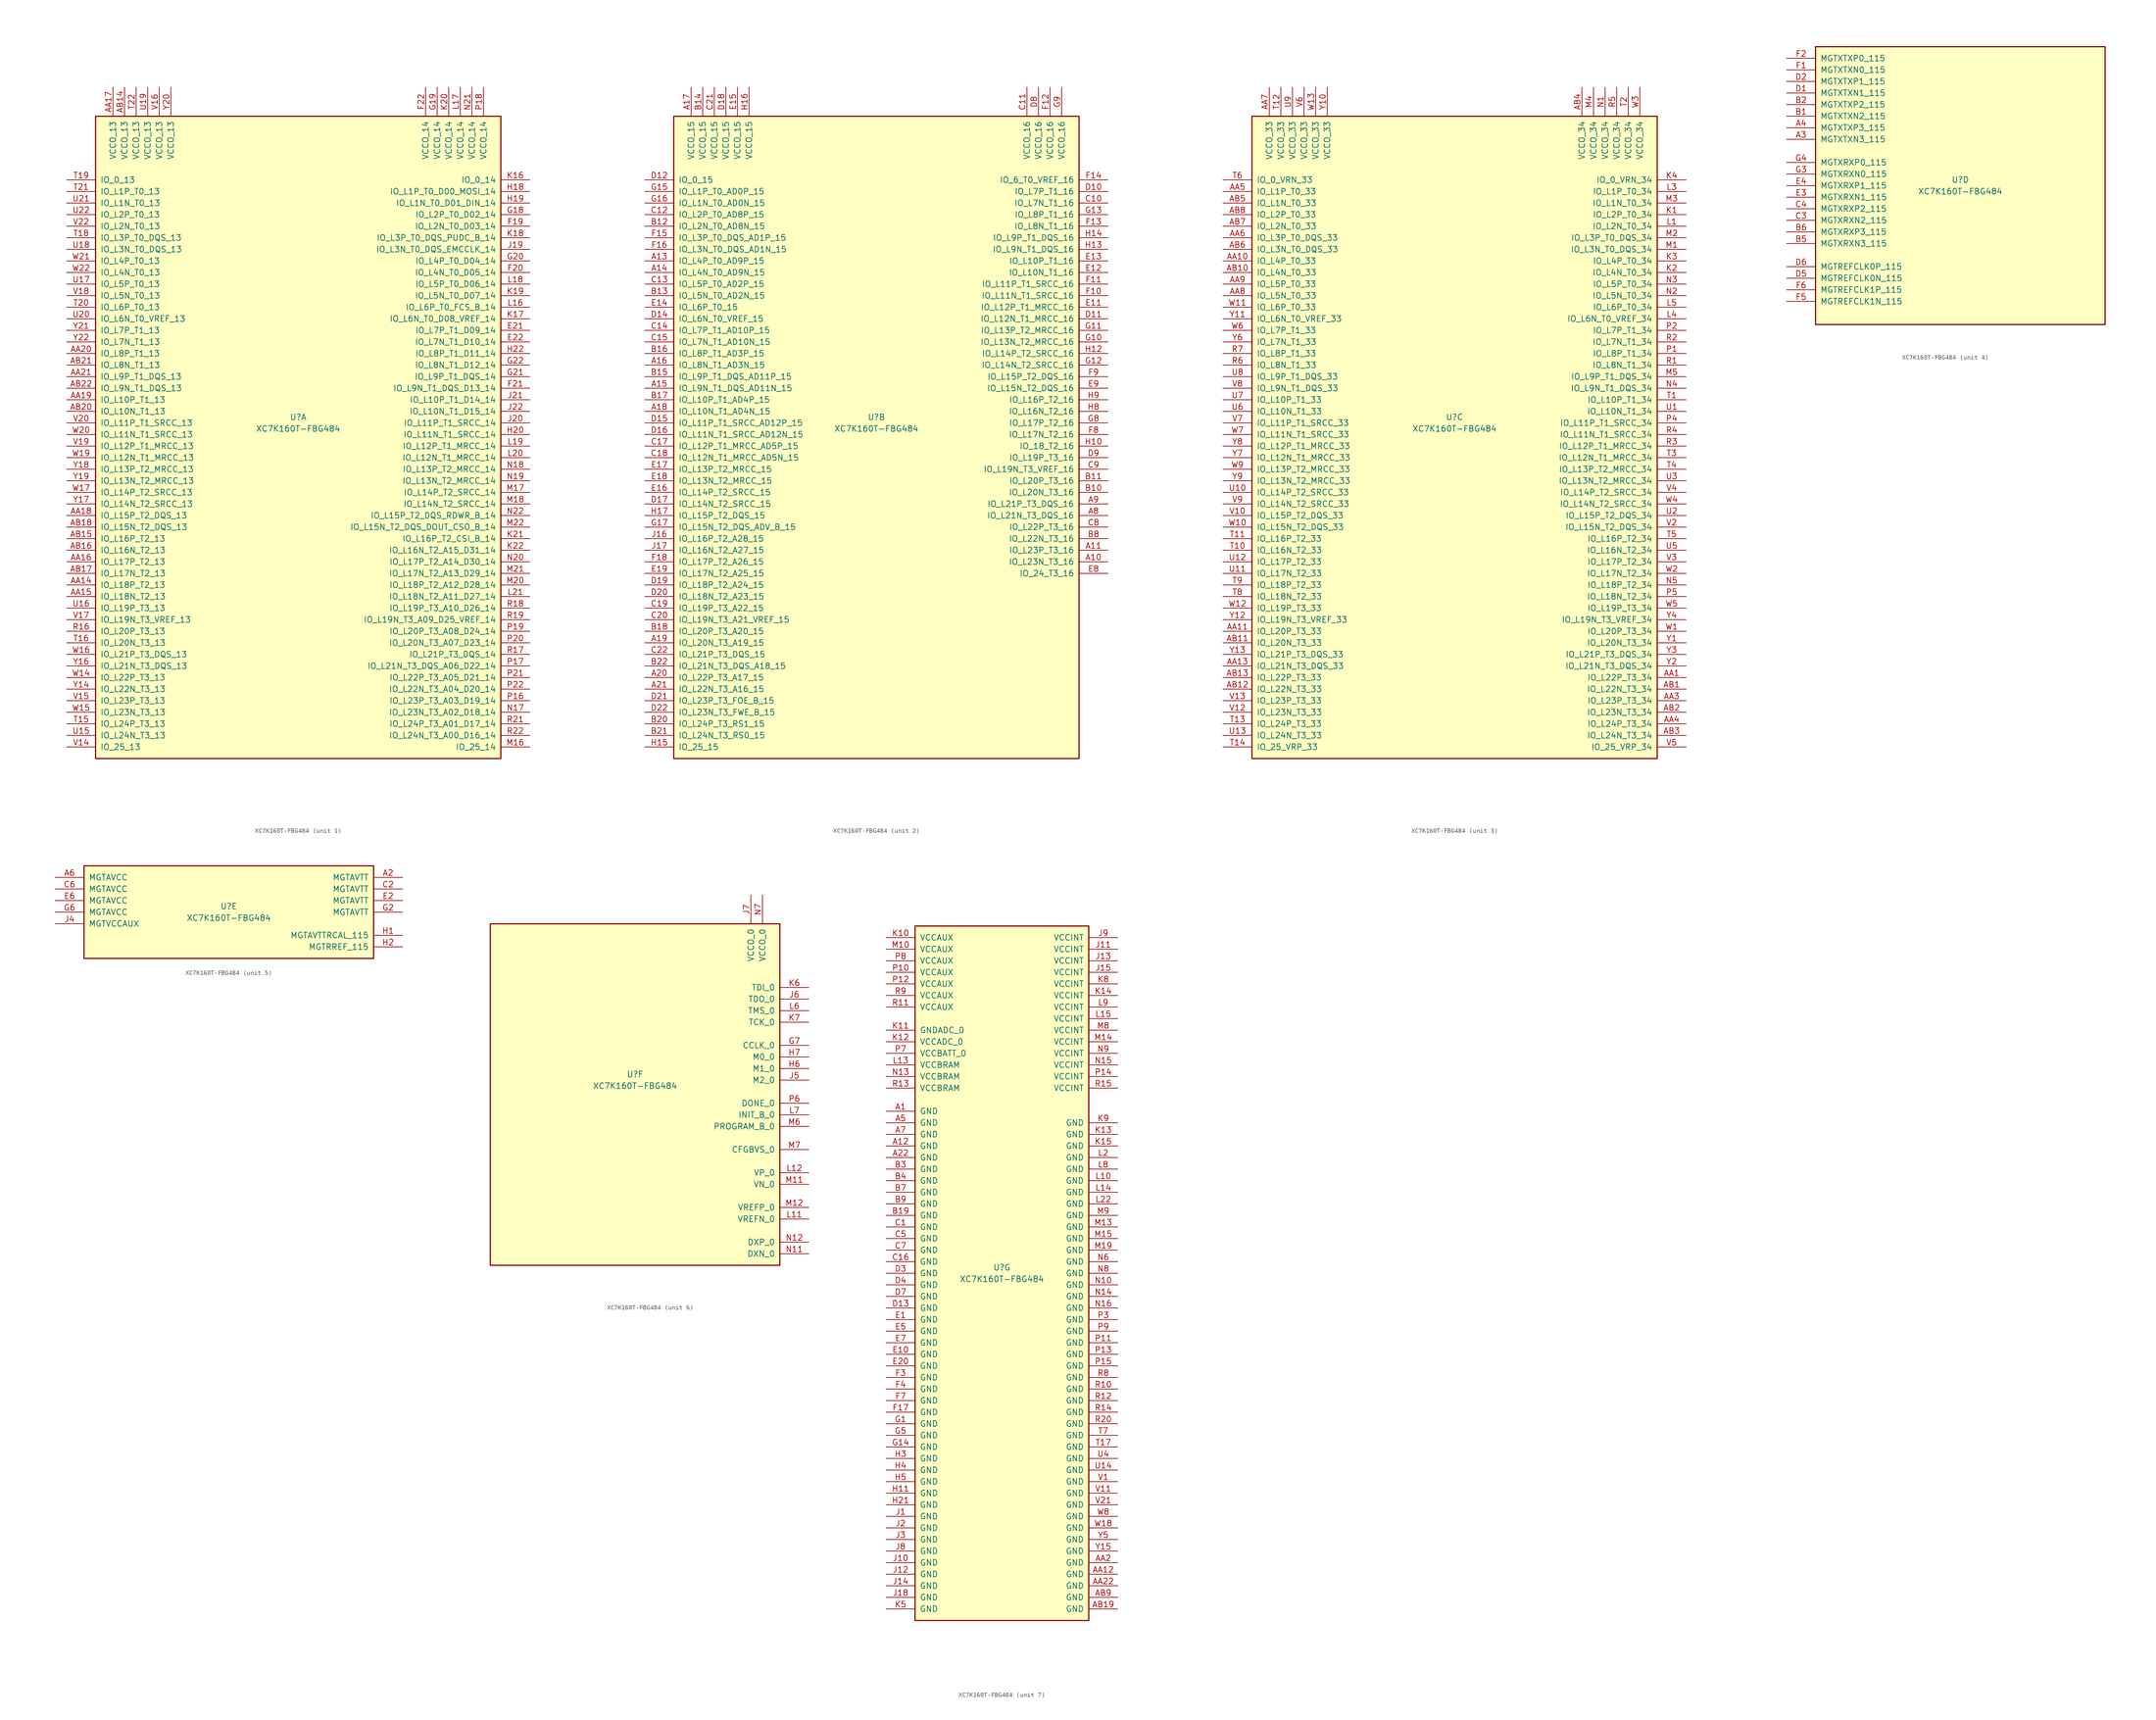
<source format=kicad_sym>
(kicad_symbol_lib
  (version 20241209)
  (generator "kicad_symbol_editor")
  (generator_version "9.0")
  (symbol "XC7K160T-FBG484"
    (pin_names
      (offset 1.016))
    (property "Reference" "U"
      (at 0 1.27 0)
      (effects (font (size 1.27 1.27))))
    (property "Value" "XC7K160T-FBG484"
      (at 0 -1.27 0)
      (effects (font (size 1.27 1.27))))
    (property "Datasheet" ""
      (at 0 0 0)
      (effects (font (size 1.27 1.27))))
    (property "ki_locked" ""
      (at 0 0 0)
      (effects (font (size 1.27 1.27))))
    (symbol "XC7K160T-FBG484_1_1"
      (rectangle (start -44.45 67.31) (end 44.45 -73.66) (stroke (width 0.254) (type default)) (fill (type background)))
      (pin bidirectional line (at -50.8 53.34 0) (length 6.35) (name "IO_0_13" (effects (font (size 1.27 1.27)))) (number "T19" (effects (font (size 1.27 1.27)))))
      (pin bidirectional line (at -50.8 50.8 0) (length 6.35) (name "IO_L1P_T0_13" (effects (font (size 1.27 1.27)))) (number "T21" (effects (font (size 1.27 1.27)))))
      (pin bidirectional line (at -50.8 48.26 0) (length 6.35) (name "IO_L1N_T0_13" (effects (font (size 1.27 1.27)))) (number "U21" (effects (font (size 1.27 1.27)))))
      (pin bidirectional line (at -50.8 45.72 0) (length 6.35) (name "IO_L2P_T0_13" (effects (font (size 1.27 1.27)))) (number "U22" (effects (font (size 1.27 1.27)))))
      (pin bidirectional line (at -50.8 43.18 0) (length 6.35) (name "IO_L2N_T0_13" (effects (font (size 1.27 1.27)))) (number "V22" (effects (font (size 1.27 1.27)))))
      (pin bidirectional line (at -50.8 40.64 0) (length 6.35) (name "IO_L3P_T0_DQS_13" (effects (font (size 1.27 1.27)))) (number "T18" (effects (font (size 1.27 1.27)))))
      (pin bidirectional line (at -50.8 38.1 0) (length 6.35) (name "IO_L3N_T0_DQS_13" (effects (font (size 1.27 1.27)))) (number "U18" (effects (font (size 1.27 1.27)))))
      (pin bidirectional line (at -50.8 35.56 0) (length 6.35) (name "IO_L4P_T0_13" (effects (font (size 1.27 1.27)))) (number "W21" (effects (font (size 1.27 1.27)))))
      (pin bidirectional line (at -50.8 33.02 0) (length 6.35) (name "IO_L4N_T0_13" (effects (font (size 1.27 1.27)))) (number "W22" (effects (font (size 1.27 1.27)))))
      (pin bidirectional line (at -50.8 30.48 0) (length 6.35) (name "IO_L5P_T0_13" (effects (font (size 1.27 1.27)))) (number "U17" (effects (font (size 1.27 1.27)))))
      (pin bidirectional line (at -50.8 27.94 0) (length 6.35) (name "IO_L5N_T0_13" (effects (font (size 1.27 1.27)))) (number "V18" (effects (font (size 1.27 1.27)))))
      (pin bidirectional line (at -50.8 25.4 0) (length 6.35) (name "IO_L6P_T0_13" (effects (font (size 1.27 1.27)))) (number "T20" (effects (font (size 1.27 1.27)))))
      (pin bidirectional line (at -50.8 22.86 0) (length 6.35) (name "IO_L6N_T0_VREF_13" (effects (font (size 1.27 1.27)))) (number "U20" (effects (font (size 1.27 1.27)))))
      (pin bidirectional line (at -50.8 20.32 0) (length 6.35) (name "IO_L7P_T1_13" (effects (font (size 1.27 1.27)))) (number "Y21" (effects (font (size 1.27 1.27)))))
      (pin bidirectional line (at -50.8 17.78 0) (length 6.35) (name "IO_L7N_T1_13" (effects (font (size 1.27 1.27)))) (number "Y22" (effects (font (size 1.27 1.27)))))
      (pin bidirectional line (at -50.8 15.24 0) (length 6.35) (name "IO_L8P_T1_13" (effects (font (size 1.27 1.27)))) (number "AA20" (effects (font (size 1.27 1.27)))))
      (pin bidirectional line (at -50.8 12.7 0) (length 6.35) (name "IO_L8N_T1_13" (effects (font (size 1.27 1.27)))) (number "AB21" (effects (font (size 1.27 1.27)))))
      (pin bidirectional line (at -50.8 10.16 0) (length 6.35) (name "IO_L9P_T1_DQS_13" (effects (font (size 1.27 1.27)))) (number "AA21" (effects (font (size 1.27 1.27)))))
      (pin bidirectional line (at -50.8 7.62 0) (length 6.35) (name "IO_L9N_T1_DQS_13" (effects (font (size 1.27 1.27)))) (number "AB22" (effects (font (size 1.27 1.27)))))
      (pin bidirectional line (at -50.8 5.08 0) (length 6.35) (name "IO_L10P_T1_13" (effects (font (size 1.27 1.27)))) (number "AA19" (effects (font (size 1.27 1.27)))))
      (pin bidirectional line (at -50.8 2.54 0) (length 6.35) (name "IO_L10N_T1_13" (effects (font (size 1.27 1.27)))) (number "AB20" (effects (font (size 1.27 1.27)))))
      (pin bidirectional line (at -50.8 0 0) (length 6.35) (name "IO_L11P_T1_SRCC_13" (effects (font (size 1.27 1.27)))) (number "V20" (effects (font (size 1.27 1.27)))))
      (pin bidirectional line (at -50.8 -2.54 0) (length 6.35) (name "IO_L11N_T1_SRCC_13" (effects (font (size 1.27 1.27)))) (number "W20" (effects (font (size 1.27 1.27)))))
      (pin bidirectional line (at -50.8 -5.08 0) (length 6.35) (name "IO_L12P_T1_MRCC_13" (effects (font (size 1.27 1.27)))) (number "V19" (effects (font (size 1.27 1.27)))))
      (pin bidirectional line (at -50.8 -7.62 0) (length 6.35) (name "IO_L12N_T1_MRCC_13" (effects (font (size 1.27 1.27)))) (number "W19" (effects (font (size 1.27 1.27)))))
      (pin bidirectional line (at -50.8 -10.16 0) (length 6.35) (name "IO_L13P_T2_MRCC_13" (effects (font (size 1.27 1.27)))) (number "Y18" (effects (font (size 1.27 1.27)))))
      (pin bidirectional line (at -50.8 -12.7 0) (length 6.35) (name "IO_L13N_T2_MRCC_13" (effects (font (size 1.27 1.27)))) (number "Y19" (effects (font (size 1.27 1.27)))))
      (pin bidirectional line (at -50.8 -15.24 0) (length 6.35) (name "IO_L14P_T2_SRCC_13" (effects (font (size 1.27 1.27)))) (number "W17" (effects (font (size 1.27 1.27)))))
      (pin bidirectional line (at -50.8 -17.78 0) (length 6.35) (name "IO_L14N_T2_SRCC_13" (effects (font (size 1.27 1.27)))) (number "Y17" (effects (font (size 1.27 1.27)))))
      (pin bidirectional line (at -50.8 -20.32 0) (length 6.35) (name "IO_L15P_T2_DQS_13" (effects (font (size 1.27 1.27)))) (number "AA18" (effects (font (size 1.27 1.27)))))
      (pin bidirectional line (at -50.8 -22.86 0) (length 6.35) (name "IO_L15N_T2_DQS_13" (effects (font (size 1.27 1.27)))) (number "AB18" (effects (font (size 1.27 1.27)))))
      (pin bidirectional line (at -50.8 -25.4 0) (length 6.35) (name "IO_L16P_T2_13" (effects (font (size 1.27 1.27)))) (number "AB15" (effects (font (size 1.27 1.27)))))
      (pin bidirectional line (at -50.8 -27.94 0) (length 6.35) (name "IO_L16N_T2_13" (effects (font (size 1.27 1.27)))) (number "AB16" (effects (font (size 1.27 1.27)))))
      (pin bidirectional line (at -50.8 -30.48 0) (length 6.35) (name "IO_L17P_T2_13" (effects (font (size 1.27 1.27)))) (number "AA16" (effects (font (size 1.27 1.27)))))
      (pin bidirectional line (at -50.8 -33.02 0) (length 6.35) (name "IO_L17N_T2_13" (effects (font (size 1.27 1.27)))) (number "AB17" (effects (font (size 1.27 1.27)))))
      (pin bidirectional line (at -50.8 -35.56 0) (length 6.35) (name "IO_L18P_T2_13" (effects (font (size 1.27 1.27)))) (number "AA14" (effects (font (size 1.27 1.27)))))
      (pin bidirectional line (at -50.8 -38.1 0) (length 6.35) (name "IO_L18N_T2_13" (effects (font (size 1.27 1.27)))) (number "AA15" (effects (font (size 1.27 1.27)))))
      (pin bidirectional line (at -50.8 -40.64 0) (length 6.35) (name "IO_L19P_T3_13" (effects (font (size 1.27 1.27)))) (number "U16" (effects (font (size 1.27 1.27)))))
      (pin bidirectional line (at -50.8 -43.18 0) (length 6.35) (name "IO_L19N_T3_VREF_13" (effects (font (size 1.27 1.27)))) (number "V17" (effects (font (size 1.27 1.27)))))
      (pin bidirectional line (at -50.8 -45.72 0) (length 6.35) (name "IO_L20P_T3_13" (effects (font (size 1.27 1.27)))) (number "R16" (effects (font (size 1.27 1.27)))))
      (pin bidirectional line (at -50.8 -48.26 0) (length 6.35) (name "IO_L20N_T3_13" (effects (font (size 1.27 1.27)))) (number "T16" (effects (font (size 1.27 1.27)))))
      (pin bidirectional line (at -50.8 -50.8 0) (length 6.35) (name "IO_L21P_T3_DQS_13" (effects (font (size 1.27 1.27)))) (number "W16" (effects (font (size 1.27 1.27)))))
      (pin bidirectional line (at -50.8 -53.34 0) (length 6.35) (name "IO_L21N_T3_DQS_13" (effects (font (size 1.27 1.27)))) (number "Y16" (effects (font (size 1.27 1.27)))))
      (pin bidirectional line (at -50.8 -55.88 0) (length 6.35) (name "IO_L22P_T3_13" (effects (font (size 1.27 1.27)))) (number "W14" (effects (font (size 1.27 1.27)))))
      (pin bidirectional line (at -50.8 -58.42 0) (length 6.35) (name "IO_L22N_T3_13" (effects (font (size 1.27 1.27)))) (number "Y14" (effects (font (size 1.27 1.27)))))
      (pin bidirectional line (at -50.8 -60.96 0) (length 6.35) (name "IO_L23P_T3_13" (effects (font (size 1.27 1.27)))) (number "V15" (effects (font (size 1.27 1.27)))))
      (pin bidirectional line (at -50.8 -63.5 0) (length 6.35) (name "IO_L23N_T3_13" (effects (font (size 1.27 1.27)))) (number "W15" (effects (font (size 1.27 1.27)))))
      (pin bidirectional line (at -50.8 -66.04 0) (length 6.35) (name "IO_L24P_T3_13" (effects (font (size 1.27 1.27)))) (number "T15" (effects (font (size 1.27 1.27)))))
      (pin bidirectional line (at -50.8 -68.58 0) (length 6.35) (name "IO_L24N_T3_13" (effects (font (size 1.27 1.27)))) (number "U15" (effects (font (size 1.27 1.27)))))
      (pin bidirectional line (at -50.8 -71.12 0) (length 6.35) (name "IO_25_13" (effects (font (size 1.27 1.27)))) (number "V14" (effects (font (size 1.27 1.27)))))
      (pin power_in line (at -40.64 73.66 270) (length 6.35) (name "VCCO_13" (effects (font (size 1.27 1.27)))) (number "AA17" (effects (font (size 1.27 1.27)))))
      (pin power_in line (at -38.1 73.66 270) (length 6.35) (name "VCCO_13" (effects (font (size 1.27 1.27)))) (number "AB14" (effects (font (size 1.27 1.27)))))
      (pin power_in line (at -35.56 73.66 270) (length 6.35) (name "VCCO_13" (effects (font (size 1.27 1.27)))) (number "T22" (effects (font (size 1.27 1.27)))))
      (pin power_in line (at -33.02 73.66 270) (length 6.35) (name "VCCO_13" (effects (font (size 1.27 1.27)))) (number "U19" (effects (font (size 1.27 1.27)))))
      (pin power_in line (at -30.48 73.66 270) (length 6.35) (name "VCCO_13" (effects (font (size 1.27 1.27)))) (number "V16" (effects (font (size 1.27 1.27)))))
      (pin power_in line (at -27.94 73.66 270) (length 6.35) (name "VCCO_13" (effects (font (size 1.27 1.27)))) (number "Y20" (effects (font (size 1.27 1.27)))))
      (pin power_in line (at 27.94 73.66 270) (length 6.35) (name "VCCO_14" (effects (font (size 1.27 1.27)))) (number "F22" (effects (font (size 1.27 1.27)))))
      (pin power_in line (at 30.48 73.66 270) (length 6.35) (name "VCCO_14" (effects (font (size 1.27 1.27)))) (number "G19" (effects (font (size 1.27 1.27)))))
      (pin power_in line (at 33.02 73.66 270) (length 6.35) (name "VCCO_14" (effects (font (size 1.27 1.27)))) (number "K20" (effects (font (size 1.27 1.27)))))
      (pin power_in line (at 35.56 73.66 270) (length 6.35) (name "VCCO_14" (effects (font (size 1.27 1.27)))) (number "L17" (effects (font (size 1.27 1.27)))))
      (pin power_in line (at 38.1 73.66 270) (length 6.35) (name "VCCO_14" (effects (font (size 1.27 1.27)))) (number "N21" (effects (font (size 1.27 1.27)))))
      (pin power_in line (at 40.64 73.66 270) (length 6.35) (name "VCCO_14" (effects (font (size 1.27 1.27)))) (number "P18" (effects (font (size 1.27 1.27)))))
      (pin bidirectional line (at 50.8 53.34 180) (length 6.35) (name "IO_0_14" (effects (font (size 1.27 1.27)))) (number "K16" (effects (font (size 1.27 1.27)))))
      (pin bidirectional line (at 50.8 50.8 180) (length 6.35) (name "IO_L1P_T0_D00_MOSI_14" (effects (font (size 1.27 1.27)))) (number "H18" (effects (font (size 1.27 1.27)))))
      (pin bidirectional line (at 50.8 48.26 180) (length 6.35) (name "IO_L1N_T0_D01_DIN_14" (effects (font (size 1.27 1.27)))) (number "H19" (effects (font (size 1.27 1.27)))))
      (pin bidirectional line (at 50.8 45.72 180) (length 6.35) (name "IO_L2P_T0_D02_14" (effects (font (size 1.27 1.27)))) (number "G18" (effects (font (size 1.27 1.27)))))
      (pin bidirectional line (at 50.8 43.18 180) (length 6.35) (name "IO_L2N_T0_D03_14" (effects (font (size 1.27 1.27)))) (number "F19" (effects (font (size 1.27 1.27)))))
      (pin bidirectional line (at 50.8 40.64 180) (length 6.35) (name "IO_L3P_T0_DQS_PUDC_B_14" (effects (font (size 1.27 1.27)))) (number "K18" (effects (font (size 1.27 1.27)))))
      (pin bidirectional line (at 50.8 38.1 180) (length 6.35) (name "IO_L3N_T0_DQS_EMCCLK_14" (effects (font (size 1.27 1.27)))) (number "J19" (effects (font (size 1.27 1.27)))))
      (pin bidirectional line (at 50.8 35.56 180) (length 6.35) (name "IO_L4P_T0_D04_14" (effects (font (size 1.27 1.27)))) (number "G20" (effects (font (size 1.27 1.27)))))
      (pin bidirectional line (at 50.8 33.02 180) (length 6.35) (name "IO_L4N_T0_D05_14" (effects (font (size 1.27 1.27)))) (number "F20" (effects (font (size 1.27 1.27)))))
      (pin bidirectional line (at 50.8 30.48 180) (length 6.35) (name "IO_L5P_T0_D06_14" (effects (font (size 1.27 1.27)))) (number "L18" (effects (font (size 1.27 1.27)))))
      (pin bidirectional line (at 50.8 27.94 180) (length 6.35) (name "IO_L5N_T0_D07_14" (effects (font (size 1.27 1.27)))) (number "K19" (effects (font (size 1.27 1.27)))))
      (pin bidirectional line (at 50.8 25.4 180) (length 6.35) (name "IO_L6P_T0_FCS_B_14" (effects (font (size 1.27 1.27)))) (number "L16" (effects (font (size 1.27 1.27)))))
      (pin bidirectional line (at 50.8 22.86 180) (length 6.35) (name "IO_L6N_T0_D08_VREF_14" (effects (font (size 1.27 1.27)))) (number "K17" (effects (font (size 1.27 1.27)))))
      (pin bidirectional line (at 50.8 20.32 180) (length 6.35) (name "IO_L7P_T1_D09_14" (effects (font (size 1.27 1.27)))) (number "E21" (effects (font (size 1.27 1.27)))))
      (pin bidirectional line (at 50.8 17.78 180) (length 6.35) (name "IO_L7N_T1_D10_14" (effects (font (size 1.27 1.27)))) (number "E22" (effects (font (size 1.27 1.27)))))
      (pin bidirectional line (at 50.8 15.24 180) (length 6.35) (name "IO_L8P_T1_D11_14" (effects (font (size 1.27 1.27)))) (number "H22" (effects (font (size 1.27 1.27)))))
      (pin bidirectional line (at 50.8 12.7 180) (length 6.35) (name "IO_L8N_T1_D12_14" (effects (font (size 1.27 1.27)))) (number "G22" (effects (font (size 1.27 1.27)))))
      (pin bidirectional line (at 50.8 10.16 180) (length 6.35) (name "IO_L9P_T1_DQS_14" (effects (font (size 1.27 1.27)))) (number "G21" (effects (font (size 1.27 1.27)))))
      (pin bidirectional line (at 50.8 7.62 180) (length 6.35) (name "IO_L9N_T1_DQS_D13_14" (effects (font (size 1.27 1.27)))) (number "F21" (effects (font (size 1.27 1.27)))))
      (pin bidirectional line (at 50.8 5.08 180) (length 6.35) (name "IO_L10P_T1_D14_14" (effects (font (size 1.27 1.27)))) (number "J21" (effects (font (size 1.27 1.27)))))
      (pin bidirectional line (at 50.8 2.54 180) (length 6.35) (name "IO_L10N_T1_D15_14" (effects (font (size 1.27 1.27)))) (number "J22" (effects (font (size 1.27 1.27)))))
      (pin bidirectional line (at 50.8 0 180) (length 6.35) (name "IO_L11P_T1_SRCC_14" (effects (font (size 1.27 1.27)))) (number "J20" (effects (font (size 1.27 1.27)))))
      (pin bidirectional line (at 50.8 -2.54 180) (length 6.35) (name "IO_L11N_T1_SRCC_14" (effects (font (size 1.27 1.27)))) (number "H20" (effects (font (size 1.27 1.27)))))
      (pin bidirectional line (at 50.8 -5.08 180) (length 6.35) (name "IO_L12P_T1_MRCC_14" (effects (font (size 1.27 1.27)))) (number "L19" (effects (font (size 1.27 1.27)))))
      (pin bidirectional line (at 50.8 -7.62 180) (length 6.35) (name "IO_L12N_T1_MRCC_14" (effects (font (size 1.27 1.27)))) (number "L20" (effects (font (size 1.27 1.27)))))
      (pin bidirectional line (at 50.8 -10.16 180) (length 6.35) (name "IO_L13P_T2_MRCC_14" (effects (font (size 1.27 1.27)))) (number "N18" (effects (font (size 1.27 1.27)))))
      (pin bidirectional line (at 50.8 -12.7 180) (length 6.35) (name "IO_L13N_T2_MRCC_14" (effects (font (size 1.27 1.27)))) (number "N19" (effects (font (size 1.27 1.27)))))
      (pin bidirectional line (at 50.8 -15.24 180) (length 6.35) (name "IO_L14P_T2_SRCC_14" (effects (font (size 1.27 1.27)))) (number "M17" (effects (font (size 1.27 1.27)))))
      (pin bidirectional line (at 50.8 -17.78 180) (length 6.35) (name "IO_L14N_T2_SRCC_14" (effects (font (size 1.27 1.27)))) (number "M18" (effects (font (size 1.27 1.27)))))
      (pin bidirectional line (at 50.8 -20.32 180) (length 6.35) (name "IO_L15P_T2_DQS_RDWR_B_14" (effects (font (size 1.27 1.27)))) (number "N22" (effects (font (size 1.27 1.27)))))
      (pin bidirectional line (at 50.8 -22.86 180) (length 6.35) (name "IO_L15N_T2_DQS_DOUT_CSO_B_14" (effects (font (size 1.27 1.27)))) (number "M22" (effects (font (size 1.27 1.27)))))
      (pin bidirectional line (at 50.8 -25.4 180) (length 6.35) (name "IO_L16P_T2_CSI_B_14" (effects (font (size 1.27 1.27)))) (number "K21" (effects (font (size 1.27 1.27)))))
      (pin bidirectional line (at 50.8 -27.94 180) (length 6.35) (name "IO_L16N_T2_A15_D31_14" (effects (font (size 1.27 1.27)))) (number "K22" (effects (font (size 1.27 1.27)))))
      (pin bidirectional line (at 50.8 -30.48 180) (length 6.35) (name "IO_L17P_T2_A14_D30_14" (effects (font (size 1.27 1.27)))) (number "N20" (effects (font (size 1.27 1.27)))))
      (pin bidirectional line (at 50.8 -33.02 180) (length 6.35) (name "IO_L17N_T2_A13_D29_14" (effects (font (size 1.27 1.27)))) (number "M21" (effects (font (size 1.27 1.27)))))
      (pin bidirectional line (at 50.8 -35.56 180) (length 6.35) (name "IO_L18P_T2_A12_D28_14" (effects (font (size 1.27 1.27)))) (number "M20" (effects (font (size 1.27 1.27)))))
      (pin bidirectional line (at 50.8 -38.1 180) (length 6.35) (name "IO_L18N_T2_A11_D27_14" (effects (font (size 1.27 1.27)))) (number "L21" (effects (font (size 1.27 1.27)))))
      (pin bidirectional line (at 50.8 -40.64 180) (length 6.35) (name "IO_L19P_T3_A10_D26_14" (effects (font (size 1.27 1.27)))) (number "R18" (effects (font (size 1.27 1.27)))))
      (pin bidirectional line (at 50.8 -43.18 180) (length 6.35) (name "IO_L19N_T3_A09_D25_VREF_14" (effects (font (size 1.27 1.27)))) (number "R19" (effects (font (size 1.27 1.27)))))
      (pin bidirectional line (at 50.8 -45.72 180) (length 6.35) (name "IO_L20P_T3_A08_D24_14" (effects (font (size 1.27 1.27)))) (number "P19" (effects (font (size 1.27 1.27)))))
      (pin bidirectional line (at 50.8 -48.26 180) (length 6.35) (name "IO_L20N_T3_A07_D23_14" (effects (font (size 1.27 1.27)))) (number "P20" (effects (font (size 1.27 1.27)))))
      (pin bidirectional line (at 50.8 -50.8 180) (length 6.35) (name "IO_L21P_T3_DQS_14" (effects (font (size 1.27 1.27)))) (number "R17" (effects (font (size 1.27 1.27)))))
      (pin bidirectional line (at 50.8 -53.34 180) (length 6.35) (name "IO_L21N_T3_DQS_A06_D22_14" (effects (font (size 1.27 1.27)))) (number "P17" (effects (font (size 1.27 1.27)))))
      (pin bidirectional line (at 50.8 -55.88 180) (length 6.35) (name "IO_L22P_T3_A05_D21_14" (effects (font (size 1.27 1.27)))) (number "P21" (effects (font (size 1.27 1.27)))))
      (pin bidirectional line (at 50.8 -58.42 180) (length 6.35) (name "IO_L22N_T3_A04_D20_14" (effects (font (size 1.27 1.27)))) (number "P22" (effects (font (size 1.27 1.27)))))
      (pin bidirectional line (at 50.8 -60.96 180) (length 6.35) (name "IO_L23P_T3_A03_D19_14" (effects (font (size 1.27 1.27)))) (number "P16" (effects (font (size 1.27 1.27)))))
      (pin bidirectional line (at 50.8 -63.5 180) (length 6.35) (name "IO_L23N_T3_A02_D18_14" (effects (font (size 1.27 1.27)))) (number "N17" (effects (font (size 1.27 1.27)))))
      (pin bidirectional line (at 50.8 -66.04 180) (length 6.35) (name "IO_L24P_T3_A01_D17_14" (effects (font (size 1.27 1.27)))) (number "R21" (effects (font (size 1.27 1.27)))))
      (pin bidirectional line (at 50.8 -68.58 180) (length 6.35) (name "IO_L24N_T3_A00_D16_14" (effects (font (size 1.27 1.27)))) (number "R22" (effects (font (size 1.27 1.27)))))
      (pin bidirectional line (at 50.8 -71.12 180) (length 6.35) (name "IO_25_14" (effects (font (size 1.27 1.27)))) (number "M16" (effects (font (size 1.27 1.27))))))
    (symbol "XC7K160T-FBG484_2_1"
      (rectangle (start -44.45 67.31) (end 44.45 -73.66) (stroke (width 0.254) (type default)) (fill (type background)))
      (pin bidirectional line (at -50.8 53.34 0) (length 6.35) (name "IO_0_15" (effects (font (size 1.27 1.27)))) (number "D12" (effects (font (size 1.27 1.27)))))
      (pin bidirectional line (at -50.8 50.8 0) (length 6.35) (name "IO_L1P_T0_AD0P_15" (effects (font (size 1.27 1.27)))) (number "G15" (effects (font (size 1.27 1.27)))))
      (pin bidirectional line (at -50.8 48.26 0) (length 6.35) (name "IO_L1N_T0_AD0N_15" (effects (font (size 1.27 1.27)))) (number "G16" (effects (font (size 1.27 1.27)))))
      (pin bidirectional line (at -50.8 45.72 0) (length 6.35) (name "IO_L2P_T0_AD8P_15" (effects (font (size 1.27 1.27)))) (number "C12" (effects (font (size 1.27 1.27)))))
      (pin bidirectional line (at -50.8 43.18 0) (length 6.35) (name "IO_L2N_T0_AD8N_15" (effects (font (size 1.27 1.27)))) (number "B12" (effects (font (size 1.27 1.27)))))
      (pin bidirectional line (at -50.8 40.64 0) (length 6.35) (name "IO_L3P_T0_DQS_AD1P_15" (effects (font (size 1.27 1.27)))) (number "F15" (effects (font (size 1.27 1.27)))))
      (pin bidirectional line (at -50.8 38.1 0) (length 6.35) (name "IO_L3N_T0_DQS_AD1N_15" (effects (font (size 1.27 1.27)))) (number "F16" (effects (font (size 1.27 1.27)))))
      (pin bidirectional line (at -50.8 35.56 0) (length 6.35) (name "IO_L4P_T0_AD9P_15" (effects (font (size 1.27 1.27)))) (number "A13" (effects (font (size 1.27 1.27)))))
      (pin bidirectional line (at -50.8 33.02 0) (length 6.35) (name "IO_L4N_T0_AD9N_15" (effects (font (size 1.27 1.27)))) (number "A14" (effects (font (size 1.27 1.27)))))
      (pin bidirectional line (at -50.8 30.48 0) (length 6.35) (name "IO_L5P_T0_AD2P_15" (effects (font (size 1.27 1.27)))) (number "C13" (effects (font (size 1.27 1.27)))))
      (pin bidirectional line (at -50.8 27.94 0) (length 6.35) (name "IO_L5N_T0_AD2N_15" (effects (font (size 1.27 1.27)))) (number "B13" (effects (font (size 1.27 1.27)))))
      (pin bidirectional line (at -50.8 25.4 0) (length 6.35) (name "IO_L6P_T0_15" (effects (font (size 1.27 1.27)))) (number "E14" (effects (font (size 1.27 1.27)))))
      (pin bidirectional line (at -50.8 22.86 0) (length 6.35) (name "IO_L6N_T0_VREF_15" (effects (font (size 1.27 1.27)))) (number "D14" (effects (font (size 1.27 1.27)))))
      (pin bidirectional line (at -50.8 20.32 0) (length 6.35) (name "IO_L7P_T1_AD10P_15" (effects (font (size 1.27 1.27)))) (number "C14" (effects (font (size 1.27 1.27)))))
      (pin bidirectional line (at -50.8 17.78 0) (length 6.35) (name "IO_L7N_T1_AD10N_15" (effects (font (size 1.27 1.27)))) (number "C15" (effects (font (size 1.27 1.27)))))
      (pin bidirectional line (at -50.8 15.24 0) (length 6.35) (name "IO_L8P_T1_AD3P_15" (effects (font (size 1.27 1.27)))) (number "B16" (effects (font (size 1.27 1.27)))))
      (pin bidirectional line (at -50.8 12.7 0) (length 6.35) (name "IO_L8N_T1_AD3N_15" (effects (font (size 1.27 1.27)))) (number "A16" (effects (font (size 1.27 1.27)))))
      (pin bidirectional line (at -50.8 10.16 0) (length 6.35) (name "IO_L9P_T1_DQS_AD11P_15" (effects (font (size 1.27 1.27)))) (number "B15" (effects (font (size 1.27 1.27)))))
      (pin bidirectional line (at -50.8 7.62 0) (length 6.35) (name "IO_L9N_T1_DQS_AD11N_15" (effects (font (size 1.27 1.27)))) (number "A15" (effects (font (size 1.27 1.27)))))
      (pin bidirectional line (at -50.8 5.08 0) (length 6.35) (name "IO_L10P_T1_AD4P_15" (effects (font (size 1.27 1.27)))) (number "B17" (effects (font (size 1.27 1.27)))))
      (pin bidirectional line (at -50.8 2.54 0) (length 6.35) (name "IO_L10N_T1_AD4N_15" (effects (font (size 1.27 1.27)))) (number "A18" (effects (font (size 1.27 1.27)))))
      (pin bidirectional line (at -50.8 0 0) (length 6.35) (name "IO_L11P_T1_SRCC_AD12P_15" (effects (font (size 1.27 1.27)))) (number "D15" (effects (font (size 1.27 1.27)))))
      (pin bidirectional line (at -50.8 -2.54 0) (length 6.35) (name "IO_L11N_T1_SRCC_AD12N_15" (effects (font (size 1.27 1.27)))) (number "D16" (effects (font (size 1.27 1.27)))))
      (pin bidirectional line (at -50.8 -5.08 0) (length 6.35) (name "IO_L12P_T1_MRCC_AD5P_15" (effects (font (size 1.27 1.27)))) (number "C17" (effects (font (size 1.27 1.27)))))
      (pin bidirectional line (at -50.8 -7.62 0) (length 6.35) (name "IO_L12N_T1_MRCC_AD5N_15" (effects (font (size 1.27 1.27)))) (number "C18" (effects (font (size 1.27 1.27)))))
      (pin bidirectional line (at -50.8 -10.16 0) (length 6.35) (name "IO_L13P_T2_MRCC_15" (effects (font (size 1.27 1.27)))) (number "E17" (effects (font (size 1.27 1.27)))))
      (pin bidirectional line (at -50.8 -12.7 0) (length 6.35) (name "IO_L13N_T2_MRCC_15" (effects (font (size 1.27 1.27)))) (number "E18" (effects (font (size 1.27 1.27)))))
      (pin bidirectional line (at -50.8 -15.24 0) (length 6.35) (name "IO_L14P_T2_SRCC_15" (effects (font (size 1.27 1.27)))) (number "E16" (effects (font (size 1.27 1.27)))))
      (pin bidirectional line (at -50.8 -17.78 0) (length 6.35) (name "IO_L14N_T2_SRCC_15" (effects (font (size 1.27 1.27)))) (number "D17" (effects (font (size 1.27 1.27)))))
      (pin bidirectional line (at -50.8 -20.32 0) (length 6.35) (name "IO_L15P_T2_DQS_15" (effects (font (size 1.27 1.27)))) (number "H17" (effects (font (size 1.27 1.27)))))
      (pin bidirectional line (at -50.8 -22.86 0) (length 6.35) (name "IO_L15N_T2_DQS_ADV_B_15" (effects (font (size 1.27 1.27)))) (number "G17" (effects (font (size 1.27 1.27)))))
      (pin bidirectional line (at -50.8 -25.4 0) (length 6.35) (name "IO_L16P_T2_A28_15" (effects (font (size 1.27 1.27)))) (number "J16" (effects (font (size 1.27 1.27)))))
      (pin bidirectional line (at -50.8 -27.94 0) (length 6.35) (name "IO_L16N_T2_A27_15" (effects (font (size 1.27 1.27)))) (number "J17" (effects (font (size 1.27 1.27)))))
      (pin bidirectional line (at -50.8 -30.48 0) (length 6.35) (name "IO_L17P_T2_A26_15" (effects (font (size 1.27 1.27)))) (number "F18" (effects (font (size 1.27 1.27)))))
      (pin bidirectional line (at -50.8 -33.02 0) (length 6.35) (name "IO_L17N_T2_A25_15" (effects (font (size 1.27 1.27)))) (number "E19" (effects (font (size 1.27 1.27)))))
      (pin bidirectional line (at -50.8 -35.56 0) (length 6.35) (name "IO_L18P_T2_A24_15" (effects (font (size 1.27 1.27)))) (number "D19" (effects (font (size 1.27 1.27)))))
      (pin bidirectional line (at -50.8 -38.1 0) (length 6.35) (name "IO_L18N_T2_A23_15" (effects (font (size 1.27 1.27)))) (number "D20" (effects (font (size 1.27 1.27)))))
      (pin bidirectional line (at -50.8 -40.64 0) (length 6.35) (name "IO_L19P_T3_A22_15" (effects (font (size 1.27 1.27)))) (number "C19" (effects (font (size 1.27 1.27)))))
      (pin bidirectional line (at -50.8 -43.18 0) (length 6.35) (name "IO_L19N_T3_A21_VREF_15" (effects (font (size 1.27 1.27)))) (number "C20" (effects (font (size 1.27 1.27)))))
      (pin bidirectional line (at -50.8 -45.72 0) (length 6.35) (name "IO_L20P_T3_A20_15" (effects (font (size 1.27 1.27)))) (number "B18" (effects (font (size 1.27 1.27)))))
      (pin bidirectional line (at -50.8 -48.26 0) (length 6.35) (name "IO_L20N_T3_A19_15" (effects (font (size 1.27 1.27)))) (number "A19" (effects (font (size 1.27 1.27)))))
      (pin bidirectional line (at -50.8 -50.8 0) (length 6.35) (name "IO_L21P_T3_DQS_15" (effects (font (size 1.27 1.27)))) (number "C22" (effects (font (size 1.27 1.27)))))
      (pin bidirectional line (at -50.8 -53.34 0) (length 6.35) (name "IO_L21N_T3_DQS_A18_15" (effects (font (size 1.27 1.27)))) (number "B22" (effects (font (size 1.27 1.27)))))
      (pin bidirectional line (at -50.8 -55.88 0) (length 6.35) (name "IO_L22P_T3_A17_15" (effects (font (size 1.27 1.27)))) (number "A20" (effects (font (size 1.27 1.27)))))
      (pin bidirectional line (at -50.8 -58.42 0) (length 6.35) (name "IO_L22N_T3_A16_15" (effects (font (size 1.27 1.27)))) (number "A21" (effects (font (size 1.27 1.27)))))
      (pin bidirectional line (at -50.8 -60.96 0) (length 6.35) (name "IO_L23P_T3_FOE_B_15" (effects (font (size 1.27 1.27)))) (number "D21" (effects (font (size 1.27 1.27)))))
      (pin bidirectional line (at -50.8 -63.5 0) (length 6.35) (name "IO_L23N_T3_FWE_B_15" (effects (font (size 1.27 1.27)))) (number "D22" (effects (font (size 1.27 1.27)))))
      (pin bidirectional line (at -50.8 -66.04 0) (length 6.35) (name "IO_L24P_T3_RS1_15" (effects (font (size 1.27 1.27)))) (number "B20" (effects (font (size 1.27 1.27)))))
      (pin bidirectional line (at -50.8 -68.58 0) (length 6.35) (name "IO_L24N_T3_RS0_15" (effects (font (size 1.27 1.27)))) (number "B21" (effects (font (size 1.27 1.27)))))
      (pin bidirectional line (at -50.8 -71.12 0) (length 6.35) (name "IO_25_15" (effects (font (size 1.27 1.27)))) (number "H15" (effects (font (size 1.27 1.27)))))
      (pin power_in line (at -40.64 73.66 270) (length 6.35) (name "VCCO_15" (effects (font (size 1.27 1.27)))) (number "A17" (effects (font (size 1.27 1.27)))))
      (pin power_in line (at -38.1 73.66 270) (length 6.35) (name "VCCO_15" (effects (font (size 1.27 1.27)))) (number "B14" (effects (font (size 1.27 1.27)))))
      (pin power_in line (at -35.56 73.66 270) (length 6.35) (name "VCCO_15" (effects (font (size 1.27 1.27)))) (number "C21" (effects (font (size 1.27 1.27)))))
      (pin power_in line (at -33.02 73.66 270) (length 6.35) (name "VCCO_15" (effects (font (size 1.27 1.27)))) (number "D18" (effects (font (size 1.27 1.27)))))
      (pin power_in line (at -30.48 73.66 270) (length 6.35) (name "VCCO_15" (effects (font (size 1.27 1.27)))) (number "E15" (effects (font (size 1.27 1.27)))))
      (pin power_in line (at -27.94 73.66 270) (length 6.35) (name "VCCO_15" (effects (font (size 1.27 1.27)))) (number "H16" (effects (font (size 1.27 1.27)))))
      (pin power_in line (at 33.02 73.66 270) (length 6.35) (name "VCCO_16" (effects (font (size 1.27 1.27)))) (number "C11" (effects (font (size 1.27 1.27)))))
      (pin power_in line (at 35.56 73.66 270) (length 6.35) (name "VCCO_16" (effects (font (size 1.27 1.27)))) (number "D8" (effects (font (size 1.27 1.27)))))
      (pin power_in line (at 38.1 73.66 270) (length 6.35) (name "VCCO_16" (effects (font (size 1.27 1.27)))) (number "F12" (effects (font (size 1.27 1.27)))))
      (pin power_in line (at 40.64 73.66 270) (length 6.35) (name "VCCO_16" (effects (font (size 1.27 1.27)))) (number "G9" (effects (font (size 1.27 1.27)))))
      (pin bidirectional line (at 50.8 53.34 180) (length 6.35) (name "IO_6_T0_VREF_16" (effects (font (size 1.27 1.27)))) (number "F14" (effects (font (size 1.27 1.27)))))
      (pin bidirectional line (at 50.8 50.8 180) (length 6.35) (name "IO_L7P_T1_16" (effects (font (size 1.27 1.27)))) (number "D10" (effects (font (size 1.27 1.27)))))
      (pin bidirectional line (at 50.8 48.26 180) (length 6.35) (name "IO_L7N_T1_16" (effects (font (size 1.27 1.27)))) (number "C10" (effects (font (size 1.27 1.27)))))
      (pin bidirectional line (at 50.8 45.72 180) (length 6.35) (name "IO_L8P_T1_16" (effects (font (size 1.27 1.27)))) (number "G13" (effects (font (size 1.27 1.27)))))
      (pin bidirectional line (at 50.8 43.18 180) (length 6.35) (name "IO_L8N_T1_16" (effects (font (size 1.27 1.27)))) (number "F13" (effects (font (size 1.27 1.27)))))
      (pin bidirectional line (at 50.8 40.64 180) (length 6.35) (name "IO_L9P_T1_DQS_16" (effects (font (size 1.27 1.27)))) (number "H14" (effects (font (size 1.27 1.27)))))
      (pin bidirectional line (at 50.8 38.1 180) (length 6.35) (name "IO_L9N_T1_DQS_16" (effects (font (size 1.27 1.27)))) (number "H13" (effects (font (size 1.27 1.27)))))
      (pin bidirectional line (at 50.8 35.56 180) (length 6.35) (name "IO_L10P_T1_16" (effects (font (size 1.27 1.27)))) (number "E13" (effects (font (size 1.27 1.27)))))
      (pin bidirectional line (at 50.8 33.02 180) (length 6.35) (name "IO_L10N_T1_16" (effects (font (size 1.27 1.27)))) (number "E12" (effects (font (size 1.27 1.27)))))
      (pin bidirectional line (at 50.8 30.48 180) (length 6.35) (name "IO_L11P_T1_SRCC_16" (effects (font (size 1.27 1.27)))) (number "F11" (effects (font (size 1.27 1.27)))))
      (pin bidirectional line (at 50.8 27.94 180) (length 6.35) (name "IO_L11N_T1_SRCC_16" (effects (font (size 1.27 1.27)))) (number "F10" (effects (font (size 1.27 1.27)))))
      (pin bidirectional line (at 50.8 25.4 180) (length 6.35) (name "IO_L12P_T1_MRCC_16" (effects (font (size 1.27 1.27)))) (number "E11" (effects (font (size 1.27 1.27)))))
      (pin bidirectional line (at 50.8 22.86 180) (length 6.35) (name "IO_L12N_T1_MRCC_16" (effects (font (size 1.27 1.27)))) (number "D11" (effects (font (size 1.27 1.27)))))
      (pin bidirectional line (at 50.8 20.32 180) (length 6.35) (name "IO_L13P_T2_MRCC_16" (effects (font (size 1.27 1.27)))) (number "G11" (effects (font (size 1.27 1.27)))))
      (pin bidirectional line (at 50.8 17.78 180) (length 6.35) (name "IO_L13N_T2_MRCC_16" (effects (font (size 1.27 1.27)))) (number "G10" (effects (font (size 1.27 1.27)))))
      (pin bidirectional line (at 50.8 15.24 180) (length 6.35) (name "IO_L14P_T2_SRCC_16" (effects (font (size 1.27 1.27)))) (number "H12" (effects (font (size 1.27 1.27)))))
      (pin bidirectional line (at 50.8 12.7 180) (length 6.35) (name "IO_L14N_T2_SRCC_16" (effects (font (size 1.27 1.27)))) (number "G12" (effects (font (size 1.27 1.27)))))
      (pin bidirectional line (at 50.8 10.16 180) (length 6.35) (name "IO_L15P_T2_DQS_16" (effects (font (size 1.27 1.27)))) (number "F9" (effects (font (size 1.27 1.27)))))
      (pin bidirectional line (at 50.8 7.62 180) (length 6.35) (name "IO_L15N_T2_DQS_16" (effects (font (size 1.27 1.27)))) (number "E9" (effects (font (size 1.27 1.27)))))
      (pin bidirectional line (at 50.8 5.08 180) (length 6.35) (name "IO_L16P_T2_16" (effects (font (size 1.27 1.27)))) (number "H9" (effects (font (size 1.27 1.27)))))
      (pin bidirectional line (at 50.8 2.54 180) (length 6.35) (name "IO_L16N_T2_16" (effects (font (size 1.27 1.27)))) (number "H8" (effects (font (size 1.27 1.27)))))
      (pin bidirectional line (at 50.8 0 180) (length 6.35) (name "IO_L17P_T2_16" (effects (font (size 1.27 1.27)))) (number "G8" (effects (font (size 1.27 1.27)))))
      (pin bidirectional line (at 50.8 -2.54 180) (length 6.35) (name "IO_L17N_T2_16" (effects (font (size 1.27 1.27)))) (number "F8" (effects (font (size 1.27 1.27)))))
      (pin bidirectional line (at 50.8 -5.08 180) (length 6.35) (name "IO_18_T2_16" (effects (font (size 1.27 1.27)))) (number "H10" (effects (font (size 1.27 1.27)))))
      (pin bidirectional line (at 50.8 -7.62 180) (length 6.35) (name "IO_L19P_T3_16" (effects (font (size 1.27 1.27)))) (number "D9" (effects (font (size 1.27 1.27)))))
      (pin bidirectional line (at 50.8 -10.16 180) (length 6.35) (name "IO_L19N_T3_VREF_16" (effects (font (size 1.27 1.27)))) (number "C9" (effects (font (size 1.27 1.27)))))
      (pin bidirectional line (at 50.8 -12.7 180) (length 6.35) (name "IO_L20P_T3_16" (effects (font (size 1.27 1.27)))) (number "B11" (effects (font (size 1.27 1.27)))))
      (pin bidirectional line (at 50.8 -15.24 180) (length 6.35) (name "IO_L20N_T3_16" (effects (font (size 1.27 1.27)))) (number "B10" (effects (font (size 1.27 1.27)))))
      (pin bidirectional line (at 50.8 -17.78 180) (length 6.35) (name "IO_L21P_T3_DQS_16" (effects (font (size 1.27 1.27)))) (number "A9" (effects (font (size 1.27 1.27)))))
      (pin bidirectional line (at 50.8 -20.32 180) (length 6.35) (name "IO_L21N_T3_DQS_16" (effects (font (size 1.27 1.27)))) (number "A8" (effects (font (size 1.27 1.27)))))
      (pin bidirectional line (at 50.8 -22.86 180) (length 6.35) (name "IO_L22P_T3_16" (effects (font (size 1.27 1.27)))) (number "C8" (effects (font (size 1.27 1.27)))))
      (pin bidirectional line (at 50.8 -25.4 180) (length 6.35) (name "IO_L22N_T3_16" (effects (font (size 1.27 1.27)))) (number "B8" (effects (font (size 1.27 1.27)))))
      (pin bidirectional line (at 50.8 -27.94 180) (length 6.35) (name "IO_L23P_T3_16" (effects (font (size 1.27 1.27)))) (number "A11" (effects (font (size 1.27 1.27)))))
      (pin bidirectional line (at 50.8 -30.48 180) (length 6.35) (name "IO_L23N_T3_16" (effects (font (size 1.27 1.27)))) (number "A10" (effects (font (size 1.27 1.27)))))
      (pin bidirectional line (at 50.8 -33.02 180) (length 6.35) (name "IO_24_T3_16" (effects (font (size 1.27 1.27)))) (number "E8" (effects (font (size 1.27 1.27))))))
    (symbol "XC7K160T-FBG484_3_1"
      (rectangle (start -44.45 67.31) (end 44.45 -73.66) (stroke (width 0.254) (type default)) (fill (type background)))
      (pin bidirectional line (at -50.8 53.34 0) (length 6.35) (name "IO_0_VRN_33" (effects (font (size 1.27 1.27)))) (number "T6" (effects (font (size 1.27 1.27)))))
      (pin bidirectional line (at -50.8 50.8 0) (length 6.35) (name "IO_L1P_T0_33" (effects (font (size 1.27 1.27)))) (number "AA5" (effects (font (size 1.27 1.27)))))
      (pin bidirectional line (at -50.8 48.26 0) (length 6.35) (name "IO_L1N_T0_33" (effects (font (size 1.27 1.27)))) (number "AB5" (effects (font (size 1.27 1.27)))))
      (pin bidirectional line (at -50.8 45.72 0) (length 6.35) (name "IO_L2P_T0_33" (effects (font (size 1.27 1.27)))) (number "AB8" (effects (font (size 1.27 1.27)))))
      (pin bidirectional line (at -50.8 43.18 0) (length 6.35) (name "IO_L2N_T0_33" (effects (font (size 1.27 1.27)))) (number "AB7" (effects (font (size 1.27 1.27)))))
      (pin bidirectional line (at -50.8 40.64 0) (length 6.35) (name "IO_L3P_T0_DQS_33" (effects (font (size 1.27 1.27)))) (number "AA6" (effects (font (size 1.27 1.27)))))
      (pin bidirectional line (at -50.8 38.1 0) (length 6.35) (name "IO_L3N_T0_DQS_33" (effects (font (size 1.27 1.27)))) (number "AB6" (effects (font (size 1.27 1.27)))))
      (pin bidirectional line (at -50.8 35.56 0) (length 6.35) (name "IO_L4P_T0_33" (effects (font (size 1.27 1.27)))) (number "AA10" (effects (font (size 1.27 1.27)))))
      (pin bidirectional line (at -50.8 33.02 0) (length 6.35) (name "IO_L4N_T0_33" (effects (font (size 1.27 1.27)))) (number "AB10" (effects (font (size 1.27 1.27)))))
      (pin bidirectional line (at -50.8 30.48 0) (length 6.35) (name "IO_L5P_T0_33" (effects (font (size 1.27 1.27)))) (number "AA9" (effects (font (size 1.27 1.27)))))
      (pin bidirectional line (at -50.8 27.94 0) (length 6.35) (name "IO_L5N_T0_33" (effects (font (size 1.27 1.27)))) (number "AA8" (effects (font (size 1.27 1.27)))))
      (pin bidirectional line (at -50.8 25.4 0) (length 6.35) (name "IO_L6P_T0_33" (effects (font (size 1.27 1.27)))) (number "W11" (effects (font (size 1.27 1.27)))))
      (pin bidirectional line (at -50.8 22.86 0) (length 6.35) (name "IO_L6N_T0_VREF_33" (effects (font (size 1.27 1.27)))) (number "Y11" (effects (font (size 1.27 1.27)))))
      (pin bidirectional line (at -50.8 20.32 0) (length 6.35) (name "IO_L7P_T1_33" (effects (font (size 1.27 1.27)))) (number "W6" (effects (font (size 1.27 1.27)))))
      (pin bidirectional line (at -50.8 17.78 0) (length 6.35) (name "IO_L7N_T1_33" (effects (font (size 1.27 1.27)))) (number "Y6" (effects (font (size 1.27 1.27)))))
      (pin bidirectional line (at -50.8 15.24 0) (length 6.35) (name "IO_L8P_T1_33" (effects (font (size 1.27 1.27)))) (number "R7" (effects (font (size 1.27 1.27)))))
      (pin bidirectional line (at -50.8 12.7 0) (length 6.35) (name "IO_L8N_T1_33" (effects (font (size 1.27 1.27)))) (number "R6" (effects (font (size 1.27 1.27)))))
      (pin bidirectional line (at -50.8 10.16 0) (length 6.35) (name "IO_L9P_T1_DQS_33" (effects (font (size 1.27 1.27)))) (number "U8" (effects (font (size 1.27 1.27)))))
      (pin bidirectional line (at -50.8 7.62 0) (length 6.35) (name "IO_L9N_T1_DQS_33" (effects (font (size 1.27 1.27)))) (number "V8" (effects (font (size 1.27 1.27)))))
      (pin bidirectional line (at -50.8 5.08 0) (length 6.35) (name "IO_L10P_T1_33" (effects (font (size 1.27 1.27)))) (number "U7" (effects (font (size 1.27 1.27)))))
      (pin bidirectional line (at -50.8 2.54 0) (length 6.35) (name "IO_L10N_T1_33" (effects (font (size 1.27 1.27)))) (number "U6" (effects (font (size 1.27 1.27)))))
      (pin bidirectional line (at -50.8 0 0) (length 6.35) (name "IO_L11P_T1_SRCC_33" (effects (font (size 1.27 1.27)))) (number "V7" (effects (font (size 1.27 1.27)))))
      (pin bidirectional line (at -50.8 -2.54 0) (length 6.35) (name "IO_L11N_T1_SRCC_33" (effects (font (size 1.27 1.27)))) (number "W7" (effects (font (size 1.27 1.27)))))
      (pin bidirectional line (at -50.8 -5.08 0) (length 6.35) (name "IO_L12P_T1_MRCC_33" (effects (font (size 1.27 1.27)))) (number "Y8" (effects (font (size 1.27 1.27)))))
      (pin bidirectional line (at -50.8 -7.62 0) (length 6.35) (name "IO_L12N_T1_MRCC_33" (effects (font (size 1.27 1.27)))) (number "Y7" (effects (font (size 1.27 1.27)))))
      (pin bidirectional line (at -50.8 -10.16 0) (length 6.35) (name "IO_L13P_T2_MRCC_33" (effects (font (size 1.27 1.27)))) (number "W9" (effects (font (size 1.27 1.27)))))
      (pin bidirectional line (at -50.8 -12.7 0) (length 6.35) (name "IO_L13N_T2_MRCC_33" (effects (font (size 1.27 1.27)))) (number "Y9" (effects (font (size 1.27 1.27)))))
      (pin bidirectional line (at -50.8 -15.24 0) (length 6.35) (name "IO_L14P_T2_SRCC_33" (effects (font (size 1.27 1.27)))) (number "U10" (effects (font (size 1.27 1.27)))))
      (pin bidirectional line (at -50.8 -17.78 0) (length 6.35) (name "IO_L14N_T2_SRCC_33" (effects (font (size 1.27 1.27)))) (number "V9" (effects (font (size 1.27 1.27)))))
      (pin bidirectional line (at -50.8 -20.32 0) (length 6.35) (name "IO_L15P_T2_DQS_33" (effects (font (size 1.27 1.27)))) (number "V10" (effects (font (size 1.27 1.27)))))
      (pin bidirectional line (at -50.8 -22.86 0) (length 6.35) (name "IO_L15N_T2_DQS_33" (effects (font (size 1.27 1.27)))) (number "W10" (effects (font (size 1.27 1.27)))))
      (pin bidirectional line (at -50.8 -25.4 0) (length 6.35) (name "IO_L16P_T2_33" (effects (font (size 1.27 1.27)))) (number "T11" (effects (font (size 1.27 1.27)))))
      (pin bidirectional line (at -50.8 -27.94 0) (length 6.35) (name "IO_L16N_T2_33" (effects (font (size 1.27 1.27)))) (number "T10" (effects (font (size 1.27 1.27)))))
      (pin bidirectional line (at -50.8 -30.48 0) (length 6.35) (name "IO_L17P_T2_33" (effects (font (size 1.27 1.27)))) (number "U12" (effects (font (size 1.27 1.27)))))
      (pin bidirectional line (at -50.8 -33.02 0) (length 6.35) (name "IO_L17N_T2_33" (effects (font (size 1.27 1.27)))) (number "U11" (effects (font (size 1.27 1.27)))))
      (pin bidirectional line (at -50.8 -35.56 0) (length 6.35) (name "IO_L18P_T2_33" (effects (font (size 1.27 1.27)))) (number "T9" (effects (font (size 1.27 1.27)))))
      (pin bidirectional line (at -50.8 -38.1 0) (length 6.35) (name "IO_L18N_T2_33" (effects (font (size 1.27 1.27)))) (number "T8" (effects (font (size 1.27 1.27)))))
      (pin bidirectional line (at -50.8 -40.64 0) (length 6.35) (name "IO_L19P_T3_33" (effects (font (size 1.27 1.27)))) (number "W12" (effects (font (size 1.27 1.27)))))
      (pin bidirectional line (at -50.8 -43.18 0) (length 6.35) (name "IO_L19N_T3_VREF_33" (effects (font (size 1.27 1.27)))) (number "Y12" (effects (font (size 1.27 1.27)))))
      (pin bidirectional line (at -50.8 -45.72 0) (length 6.35) (name "IO_L20P_T3_33" (effects (font (size 1.27 1.27)))) (number "AA11" (effects (font (size 1.27 1.27)))))
      (pin bidirectional line (at -50.8 -48.26 0) (length 6.35) (name "IO_L20N_T3_33" (effects (font (size 1.27 1.27)))) (number "AB11" (effects (font (size 1.27 1.27)))))
      (pin bidirectional line (at -50.8 -50.8 0) (length 6.35) (name "IO_L21P_T3_DQS_33" (effects (font (size 1.27 1.27)))) (number "Y13" (effects (font (size 1.27 1.27)))))
      (pin bidirectional line (at -50.8 -53.34 0) (length 6.35) (name "IO_L21N_T3_DQS_33" (effects (font (size 1.27 1.27)))) (number "AA13" (effects (font (size 1.27 1.27)))))
      (pin bidirectional line (at -50.8 -55.88 0) (length 6.35) (name "IO_L22P_T3_33" (effects (font (size 1.27 1.27)))) (number "AB13" (effects (font (size 1.27 1.27)))))
      (pin bidirectional line (at -50.8 -58.42 0) (length 6.35) (name "IO_L22N_T3_33" (effects (font (size 1.27 1.27)))) (number "AB12" (effects (font (size 1.27 1.27)))))
      (pin bidirectional line (at -50.8 -60.96 0) (length 6.35) (name "IO_L23P_T3_33" (effects (font (size 1.27 1.27)))) (number "V13" (effects (font (size 1.27 1.27)))))
      (pin bidirectional line (at -50.8 -63.5 0) (length 6.35) (name "IO_L23N_T3_33" (effects (font (size 1.27 1.27)))) (number "V12" (effects (font (size 1.27 1.27)))))
      (pin bidirectional line (at -50.8 -66.04 0) (length 6.35) (name "IO_L24P_T3_33" (effects (font (size 1.27 1.27)))) (number "T13" (effects (font (size 1.27 1.27)))))
      (pin bidirectional line (at -50.8 -68.58 0) (length 6.35) (name "IO_L24N_T3_33" (effects (font (size 1.27 1.27)))) (number "U13" (effects (font (size 1.27 1.27)))))
      (pin bidirectional line (at -50.8 -71.12 0) (length 6.35) (name "IO_25_VRP_33" (effects (font (size 1.27 1.27)))) (number "T14" (effects (font (size 1.27 1.27)))))
      (pin power_in line (at -40.64 73.66 270) (length 6.35) (name "VCCO_33" (effects (font (size 1.27 1.27)))) (number "AA7" (effects (font (size 1.27 1.27)))))
      (pin power_in line (at -38.1 73.66 270) (length 6.35) (name "VCCO_33" (effects (font (size 1.27 1.27)))) (number "T12" (effects (font (size 1.27 1.27)))))
      (pin power_in line (at -35.56 73.66 270) (length 6.35) (name "VCCO_33" (effects (font (size 1.27 1.27)))) (number "U9" (effects (font (size 1.27 1.27)))))
      (pin power_in line (at -33.02 73.66 270) (length 6.35) (name "VCCO_33" (effects (font (size 1.27 1.27)))) (number "V6" (effects (font (size 1.27 1.27)))))
      (pin power_in line (at -30.48 73.66 270) (length 6.35) (name "VCCO_33" (effects (font (size 1.27 1.27)))) (number "W13" (effects (font (size 1.27 1.27)))))
      (pin power_in line (at -27.94 73.66 270) (length 6.35) (name "VCCO_33" (effects (font (size 1.27 1.27)))) (number "Y10" (effects (font (size 1.27 1.27)))))
      (pin power_in line (at 27.94 73.66 270) (length 6.35) (name "VCCO_34" (effects (font (size 1.27 1.27)))) (number "AB4" (effects (font (size 1.27 1.27)))))
      (pin power_in line (at 30.48 73.66 270) (length 6.35) (name "VCCO_34" (effects (font (size 1.27 1.27)))) (number "M4" (effects (font (size 1.27 1.27)))))
      (pin power_in line (at 33.02 73.66 270) (length 6.35) (name "VCCO_34" (effects (font (size 1.27 1.27)))) (number "N1" (effects (font (size 1.27 1.27)))))
      (pin power_in line (at 35.56 73.66 270) (length 6.35) (name "VCCO_34" (effects (font (size 1.27 1.27)))) (number "R5" (effects (font (size 1.27 1.27)))))
      (pin power_in line (at 38.1 73.66 270) (length 6.35) (name "VCCO_34" (effects (font (size 1.27 1.27)))) (number "T2" (effects (font (size 1.27 1.27)))))
      (pin power_in line (at 40.64 73.66 270) (length 6.35) (name "VCCO_34" (effects (font (size 1.27 1.27)))) (number "W3" (effects (font (size 1.27 1.27)))))
      (pin bidirectional line (at 50.8 53.34 180) (length 6.35) (name "IO_0_VRN_34" (effects (font (size 1.27 1.27)))) (number "K4" (effects (font (size 1.27 1.27)))))
      (pin bidirectional line (at 50.8 50.8 180) (length 6.35) (name "IO_L1P_T0_34" (effects (font (size 1.27 1.27)))) (number "L3" (effects (font (size 1.27 1.27)))))
      (pin bidirectional line (at 50.8 48.26 180) (length 6.35) (name "IO_L1N_T0_34" (effects (font (size 1.27 1.27)))) (number "M3" (effects (font (size 1.27 1.27)))))
      (pin bidirectional line (at 50.8 45.72 180) (length 6.35) (name "IO_L2P_T0_34" (effects (font (size 1.27 1.27)))) (number "K1" (effects (font (size 1.27 1.27)))))
      (pin bidirectional line (at 50.8 43.18 180) (length 6.35) (name "IO_L2N_T0_34" (effects (font (size 1.27 1.27)))) (number "L1" (effects (font (size 1.27 1.27)))))
      (pin bidirectional line (at 50.8 40.64 180) (length 6.35) (name "IO_L3P_T0_DQS_34" (effects (font (size 1.27 1.27)))) (number "M2" (effects (font (size 1.27 1.27)))))
      (pin bidirectional line (at 50.8 38.1 180) (length 6.35) (name "IO_L3N_T0_DQS_34" (effects (font (size 1.27 1.27)))) (number "M1" (effects (font (size 1.27 1.27)))))
      (pin bidirectional line (at 50.8 35.56 180) (length 6.35) (name "IO_L4P_T0_34" (effects (font (size 1.27 1.27)))) (number "K3" (effects (font (size 1.27 1.27)))))
      (pin bidirectional line (at 50.8 33.02 180) (length 6.35) (name "IO_L4N_T0_34" (effects (font (size 1.27 1.27)))) (number "K2" (effects (font (size 1.27 1.27)))))
      (pin bidirectional line (at 50.8 30.48 180) (length 6.35) (name "IO_L5P_T0_34" (effects (font (size 1.27 1.27)))) (number "N3" (effects (font (size 1.27 1.27)))))
      (pin bidirectional line (at 50.8 27.94 180) (length 6.35) (name "IO_L5N_T0_34" (effects (font (size 1.27 1.27)))) (number "N2" (effects (font (size 1.27 1.27)))))
      (pin bidirectional line (at 50.8 25.4 180) (length 6.35) (name "IO_L6P_T0_34" (effects (font (size 1.27 1.27)))) (number "L5" (effects (font (size 1.27 1.27)))))
      (pin bidirectional line (at 50.8 22.86 180) (length 6.35) (name "IO_L6N_T0_VREF_34" (effects (font (size 1.27 1.27)))) (number "L4" (effects (font (size 1.27 1.27)))))
      (pin bidirectional line (at 50.8 20.32 180) (length 6.35) (name "IO_L7P_T1_34" (effects (font (size 1.27 1.27)))) (number "P2" (effects (font (size 1.27 1.27)))))
      (pin bidirectional line (at 50.8 17.78 180) (length 6.35) (name "IO_L7N_T1_34" (effects (font (size 1.27 1.27)))) (number "R2" (effects (font (size 1.27 1.27)))))
      (pin bidirectional line (at 50.8 15.24 180) (length 6.35) (name "IO_L8P_T1_34" (effects (font (size 1.27 1.27)))) (number "P1" (effects (font (size 1.27 1.27)))))
      (pin bidirectional line (at 50.8 12.7 180) (length 6.35) (name "IO_L8N_T1_34" (effects (font (size 1.27 1.27)))) (number "R1" (effects (font (size 1.27 1.27)))))
      (pin bidirectional line (at 50.8 10.16 180) (length 6.35) (name "IO_L9P_T1_DQS_34" (effects (font (size 1.27 1.27)))) (number "M5" (effects (font (size 1.27 1.27)))))
      (pin bidirectional line (at 50.8 7.62 180) (length 6.35) (name "IO_L9N_T1_DQS_34" (effects (font (size 1.27 1.27)))) (number "N4" (effects (font (size 1.27 1.27)))))
      (pin bidirectional line (at 50.8 5.08 180) (length 6.35) (name "IO_L10P_T1_34" (effects (font (size 1.27 1.27)))) (number "T1" (effects (font (size 1.27 1.27)))))
      (pin bidirectional line (at 50.8 2.54 180) (length 6.35) (name "IO_L10N_T1_34" (effects (font (size 1.27 1.27)))) (number "U1" (effects (font (size 1.27 1.27)))))
      (pin bidirectional line (at 50.8 0 180) (length 6.35) (name "IO_L11P_T1_SRCC_34" (effects (font (size 1.27 1.27)))) (number "P4" (effects (font (size 1.27 1.27)))))
      (pin bidirectional line (at 50.8 -2.54 180) (length 6.35) (name "IO_L11N_T1_SRCC_34" (effects (font (size 1.27 1.27)))) (number "R4" (effects (font (size 1.27 1.27)))))
      (pin bidirectional line (at 50.8 -5.08 180) (length 6.35) (name "IO_L12P_T1_MRCC_34" (effects (font (size 1.27 1.27)))) (number "R3" (effects (font (size 1.27 1.27)))))
      (pin bidirectional line (at 50.8 -7.62 180) (length 6.35) (name "IO_L12N_T1_MRCC_34" (effects (font (size 1.27 1.27)))) (number "T3" (effects (font (size 1.27 1.27)))))
      (pin bidirectional line (at 50.8 -10.16 180) (length 6.35) (name "IO_L13P_T2_MRCC_34" (effects (font (size 1.27 1.27)))) (number "T4" (effects (font (size 1.27 1.27)))))
      (pin bidirectional line (at 50.8 -12.7 180) (length 6.35) (name "IO_L13N_T2_MRCC_34" (effects (font (size 1.27 1.27)))) (number "U3" (effects (font (size 1.27 1.27)))))
      (pin bidirectional line (at 50.8 -15.24 180) (length 6.35) (name "IO_L14P_T2_SRCC_34" (effects (font (size 1.27 1.27)))) (number "V4" (effects (font (size 1.27 1.27)))))
      (pin bidirectional line (at 50.8 -17.78 180) (length 6.35) (name "IO_L14N_T2_SRCC_34" (effects (font (size 1.27 1.27)))) (number "W4" (effects (font (size 1.27 1.27)))))
      (pin bidirectional line (at 50.8 -20.32 180) (length 6.35) (name "IO_L15P_T2_DQS_34" (effects (font (size 1.27 1.27)))) (number "U2" (effects (font (size 1.27 1.27)))))
      (pin bidirectional line (at 50.8 -22.86 180) (length 6.35) (name "IO_L15N_T2_DQS_34" (effects (font (size 1.27 1.27)))) (number "V2" (effects (font (size 1.27 1.27)))))
      (pin bidirectional line (at 50.8 -25.4 180) (length 6.35) (name "IO_L16P_T2_34" (effects (font (size 1.27 1.27)))) (number "T5" (effects (font (size 1.27 1.27)))))
      (pin bidirectional line (at 50.8 -27.94 180) (length 6.35) (name "IO_L16N_T2_34" (effects (font (size 1.27 1.27)))) (number "U5" (effects (font (size 1.27 1.27)))))
      (pin bidirectional line (at 50.8 -30.48 180) (length 6.35) (name "IO_L17P_T2_34" (effects (font (size 1.27 1.27)))) (number "V3" (effects (font (size 1.27 1.27)))))
      (pin bidirectional line (at 50.8 -33.02 180) (length 6.35) (name "IO_L17N_T2_34" (effects (font (size 1.27 1.27)))) (number "W2" (effects (font (size 1.27 1.27)))))
      (pin bidirectional line (at 50.8 -35.56 180) (length 6.35) (name "IO_L18P_T2_34" (effects (font (size 1.27 1.27)))) (number "N5" (effects (font (size 1.27 1.27)))))
      (pin bidirectional line (at 50.8 -38.1 180) (length 6.35) (name "IO_L18N_T2_34" (effects (font (size 1.27 1.27)))) (number "P5" (effects (font (size 1.27 1.27)))))
      (pin bidirectional line (at 50.8 -40.64 180) (length 6.35) (name "IO_L19P_T3_34" (effects (font (size 1.27 1.27)))) (number "W5" (effects (font (size 1.27 1.27)))))
      (pin bidirectional line (at 50.8 -43.18 180) (length 6.35) (name "IO_L19N_T3_VREF_34" (effects (font (size 1.27 1.27)))) (number "Y4" (effects (font (size 1.27 1.27)))))
      (pin bidirectional line (at 50.8 -45.72 180) (length 6.35) (name "IO_L20P_T3_34" (effects (font (size 1.27 1.27)))) (number "W1" (effects (font (size 1.27 1.27)))))
      (pin bidirectional line (at 50.8 -48.26 180) (length 6.35) (name "IO_L20N_T3_34" (effects (font (size 1.27 1.27)))) (number "Y1" (effects (font (size 1.27 1.27)))))
      (pin bidirectional line (at 50.8 -50.8 180) (length 6.35) (name "IO_L21P_T3_DQS_34" (effects (font (size 1.27 1.27)))) (number "Y3" (effects (font (size 1.27 1.27)))))
      (pin bidirectional line (at 50.8 -53.34 180) (length 6.35) (name "IO_L21N_T3_DQS_34" (effects (font (size 1.27 1.27)))) (number "Y2" (effects (font (size 1.27 1.27)))))
      (pin bidirectional line (at 50.8 -55.88 180) (length 6.35) (name "IO_L22P_T3_34" (effects (font (size 1.27 1.27)))) (number "AA1" (effects (font (size 1.27 1.27)))))
      (pin bidirectional line (at 50.8 -58.42 180) (length 6.35) (name "IO_L22N_T3_34" (effects (font (size 1.27 1.27)))) (number "AB1" (effects (font (size 1.27 1.27)))))
      (pin bidirectional line (at 50.8 -60.96 180) (length 6.35) (name "IO_L23P_T3_34" (effects (font (size 1.27 1.27)))) (number "AA3" (effects (font (size 1.27 1.27)))))
      (pin bidirectional line (at 50.8 -63.5 180) (length 6.35) (name "IO_L23N_T3_34" (effects (font (size 1.27 1.27)))) (number "AB2" (effects (font (size 1.27 1.27)))))
      (pin bidirectional line (at 50.8 -66.04 180) (length 6.35) (name "IO_L24P_T3_34" (effects (font (size 1.27 1.27)))) (number "AA4" (effects (font (size 1.27 1.27)))))
      (pin bidirectional line (at 50.8 -68.58 180) (length 6.35) (name "IO_L24N_T3_34" (effects (font (size 1.27 1.27)))) (number "AB3" (effects (font (size 1.27 1.27)))))
      (pin bidirectional line (at 50.8 -71.12 180) (length 6.35) (name "IO_25_VRP_34" (effects (font (size 1.27 1.27)))) (number "V5" (effects (font (size 1.27 1.27))))))
    (symbol "XC7K160T-FBG484_4_1"
      (rectangle (start -31.75 30.48) (end 31.75 -30.48) (stroke (width 0.254) (type default)) (fill (type background)))
      (pin bidirectional line (at -38.1 27.94 0) (length 6.35) (name "MGTXTXP0_115" (effects (font (size 1.27 1.27)))) (number "F2" (effects (font (size 1.27 1.27)))))
      (pin bidirectional line (at -38.1 25.4 0) (length 6.35) (name "MGTXTXN0_115" (effects (font (size 1.27 1.27)))) (number "F1" (effects (font (size 1.27 1.27)))))
      (pin bidirectional line (at -38.1 22.86 0) (length 6.35) (name "MGTXTXP1_115" (effects (font (size 1.27 1.27)))) (number "D2" (effects (font (size 1.27 1.27)))))
      (pin bidirectional line (at -38.1 20.32 0) (length 6.35) (name "MGTXTXN1_115" (effects (font (size 1.27 1.27)))) (number "D1" (effects (font (size 1.27 1.27)))))
      (pin bidirectional line (at -38.1 17.78 0) (length 6.35) (name "MGTXTXP2_115" (effects (font (size 1.27 1.27)))) (number "B2" (effects (font (size 1.27 1.27)))))
      (pin bidirectional line (at -38.1 15.24 0) (length 6.35) (name "MGTXTXN2_115" (effects (font (size 1.27 1.27)))) (number "B1" (effects (font (size 1.27 1.27)))))
      (pin bidirectional line (at -38.1 12.7 0) (length 6.35) (name "MGTXTXP3_115" (effects (font (size 1.27 1.27)))) (number "A4" (effects (font (size 1.27 1.27)))))
      (pin bidirectional line (at -38.1 10.16 0) (length 6.35) (name "MGTXTXN3_115" (effects (font (size 1.27 1.27)))) (number "A3" (effects (font (size 1.27 1.27)))))
      (pin bidirectional line (at -38.1 5.08 0) (length 6.35) (name "MGTXRXP0_115" (effects (font (size 1.27 1.27)))) (number "G4" (effects (font (size 1.27 1.27)))))
      (pin bidirectional line (at -38.1 2.54 0) (length 6.35) (name "MGTXRXN0_115" (effects (font (size 1.27 1.27)))) (number "G3" (effects (font (size 1.27 1.27)))))
      (pin bidirectional line (at -38.1 0 0) (length 6.35) (name "MGTXRXP1_115" (effects (font (size 1.27 1.27)))) (number "E4" (effects (font (size 1.27 1.27)))))
      (pin bidirectional line (at -38.1 -2.54 0) (length 6.35) (name "MGTXRXN1_115" (effects (font (size 1.27 1.27)))) (number "E3" (effects (font (size 1.27 1.27)))))
      (pin bidirectional line (at -38.1 -5.08 0) (length 6.35) (name "MGTXRXP2_115" (effects (font (size 1.27 1.27)))) (number "C4" (effects (font (size 1.27 1.27)))))
      (pin bidirectional line (at -38.1 -7.62 0) (length 6.35) (name "MGTXRXN2_115" (effects (font (size 1.27 1.27)))) (number "C3" (effects (font (size 1.27 1.27)))))
      (pin bidirectional line (at -38.1 -10.16 0) (length 6.35) (name "MGTXRXP3_115" (effects (font (size 1.27 1.27)))) (number "B6" (effects (font (size 1.27 1.27)))))
      (pin bidirectional line (at -38.1 -12.7 0) (length 6.35) (name "MGTXRXN3_115" (effects (font (size 1.27 1.27)))) (number "B5" (effects (font (size 1.27 1.27)))))
      (pin bidirectional line (at -38.1 -17.78 0) (length 6.35) (name "MGTREFCLK0P_115" (effects (font (size 1.27 1.27)))) (number "D6" (effects (font (size 1.27 1.27)))))
      (pin bidirectional line (at -38.1 -20.32 0) (length 6.35) (name "MGTREFCLK0N_115" (effects (font (size 1.27 1.27)))) (number "D5" (effects (font (size 1.27 1.27)))))
      (pin bidirectional line (at -38.1 -22.86 0) (length 6.35) (name "MGTREFCLK1P_115" (effects (font (size 1.27 1.27)))) (number "F6" (effects (font (size 1.27 1.27)))))
      (pin bidirectional line (at -38.1 -25.4 0) (length 6.35) (name "MGTREFCLK1N_115" (effects (font (size 1.27 1.27)))) (number "F5" (effects (font (size 1.27 1.27))))))
    (symbol "XC7K160T-FBG484_5_1"
      (rectangle (start -31.75 10.16) (end 31.75 -10.16) (stroke (width 0.254) (type default)) (fill (type background)))
      (pin power_in line (at -38.1 7.62 0) (length 6.35) (name "MGTAVCC" (effects (font (size 1.27 1.27)))) (number "A6" (effects (font (size 1.27 1.27)))))
      (pin power_in line (at -38.1 5.08 0) (length 6.35) (name "MGTAVCC" (effects (font (size 1.27 1.27)))) (number "C6" (effects (font (size 1.27 1.27)))))
      (pin power_in line (at -38.1 2.54 0) (length 6.35) (name "MGTAVCC" (effects (font (size 1.27 1.27)))) (number "E6" (effects (font (size 1.27 1.27)))))
      (pin power_in line (at -38.1 0 0) (length 6.35) (name "MGTAVCC" (effects (font (size 1.27 1.27)))) (number "G6" (effects (font (size 1.27 1.27)))))
      (pin power_in line (at -38.1 -2.54 0) (length 6.35) (name "MGTVCCAUX" (effects (font (size 1.27 1.27)))) (number "J4" (effects (font (size 1.27 1.27)))))
      (pin power_in line (at 38.1 7.62 180) (length 6.35) (name "MGTAVTT" (effects (font (size 1.27 1.27)))) (number "A2" (effects (font (size 1.27 1.27)))))
      (pin power_in line (at 38.1 5.08 180) (length 6.35) (name "MGTAVTT" (effects (font (size 1.27 1.27)))) (number "C2" (effects (font (size 1.27 1.27)))))
      (pin power_in line (at 38.1 2.54 180) (length 6.35) (name "MGTAVTT" (effects (font (size 1.27 1.27)))) (number "E2" (effects (font (size 1.27 1.27)))))
      (pin power_in line (at 38.1 0 180) (length 6.35) (name "MGTAVTT" (effects (font (size 1.27 1.27)))) (number "G2" (effects (font (size 1.27 1.27)))))
      (pin power_in line (at 38.1 -5.08 180) (length 6.35) (name "MGTAVTTRCAL_115" (effects (font (size 1.27 1.27)))) (number "H1" (effects (font (size 1.27 1.27)))))
      (pin power_in line (at 38.1 -7.62 180) (length 6.35) (name "MGTRREF_115" (effects (font (size 1.27 1.27)))) (number "H2" (effects (font (size 1.27 1.27))))))
    (symbol "XC7K160T-FBG484_6_1"
      (rectangle (start -31.75 34.29) (end 31.75 -40.64) (stroke (width 0.254) (type default)) (fill (type background)))
      (pin power_in line (at 25.4 40.64 270) (length 6.35) (name "VCCO_0" (effects (font (size 1.27 1.27)))) (number "J7" (effects (font (size 1.27 1.27)))))
      (pin power_in line (at 27.94 40.64 270) (length 6.35) (name "VCCO_0" (effects (font (size 1.27 1.27)))) (number "N7" (effects (font (size 1.27 1.27)))))
      (pin bidirectional line (at 38.1 20.32 180) (length 6.35) (name "TDI_0" (effects (font (size 1.27 1.27)))) (number "K6" (effects (font (size 1.27 1.27)))))
      (pin bidirectional line (at 38.1 17.78 180) (length 6.35) (name "TDO_0" (effects (font (size 1.27 1.27)))) (number "J6" (effects (font (size 1.27 1.27)))))
      (pin bidirectional line (at 38.1 15.24 180) (length 6.35) (name "TMS_0" (effects (font (size 1.27 1.27)))) (number "L6" (effects (font (size 1.27 1.27)))))
      (pin bidirectional line (at 38.1 12.7 180) (length 6.35) (name "TCK_0" (effects (font (size 1.27 1.27)))) (number "K7" (effects (font (size 1.27 1.27)))))
      (pin bidirectional line (at 38.1 7.62 180) (length 6.35) (name "CCLK_0" (effects (font (size 1.27 1.27)))) (number "G7" (effects (font (size 1.27 1.27)))))
      (pin bidirectional line (at 38.1 5.08 180) (length 6.35) (name "M0_0" (effects (font (size 1.27 1.27)))) (number "H7" (effects (font (size 1.27 1.27)))))
      (pin bidirectional line (at 38.1 2.54 180) (length 6.35) (name "M1_0" (effects (font (size 1.27 1.27)))) (number "H6" (effects (font (size 1.27 1.27)))))
      (pin bidirectional line (at 38.1 0 180) (length 6.35) (name "M2_0" (effects (font (size 1.27 1.27)))) (number "J5" (effects (font (size 1.27 1.27)))))
      (pin bidirectional line (at 38.1 -5.08 180) (length 6.35) (name "DONE_0" (effects (font (size 1.27 1.27)))) (number "P6" (effects (font (size 1.27 1.27)))))
      (pin bidirectional line (at 38.1 -7.62 180) (length 6.35) (name "INIT_B_0" (effects (font (size 1.27 1.27)))) (number "L7" (effects (font (size 1.27 1.27)))))
      (pin bidirectional line (at 38.1 -10.16 180) (length 6.35) (name "PROGRAM_B_0" (effects (font (size 1.27 1.27)))) (number "M6" (effects (font (size 1.27 1.27)))))
      (pin bidirectional line (at 38.1 -15.24 180) (length 6.35) (name "CFGBVS_0" (effects (font (size 1.27 1.27)))) (number "M7" (effects (font (size 1.27 1.27)))))
      (pin bidirectional line (at 38.1 -20.32 180) (length 6.35) (name "VP_0" (effects (font (size 1.27 1.27)))) (number "L12" (effects (font (size 1.27 1.27)))))
      (pin bidirectional line (at 38.1 -22.86 180) (length 6.35) (name "VN_0" (effects (font (size 1.27 1.27)))) (number "M11" (effects (font (size 1.27 1.27)))))
      (pin bidirectional line (at 38.1 -27.94 180) (length 6.35) (name "VREFP_0" (effects (font (size 1.27 1.27)))) (number "M12" (effects (font (size 1.27 1.27)))))
      (pin bidirectional line (at 38.1 -30.48 180) (length 6.35) (name "VREFN_0" (effects (font (size 1.27 1.27)))) (number "L11" (effects (font (size 1.27 1.27)))))
      (pin bidirectional line (at 38.1 -35.56 180) (length 6.35) (name "DXP_0" (effects (font (size 1.27 1.27)))) (number "N12" (effects (font (size 1.27 1.27)))))
      (pin bidirectional line (at 38.1 -38.1 180) (length 6.35) (name "DXN_0" (effects (font (size 1.27 1.27)))) (number "N11" (effects (font (size 1.27 1.27))))))
    (symbol "XC7K160T-FBG484_7_1"
      (rectangle (start -19.05 76.2) (end 19.05 -76.2) (stroke (width 0.254) (type default)) (fill (type background)))
      (pin power_in line (at -25.4 73.66 0) (length 6.35) (name "VCCAUX" (effects (font (size 1.27 1.27)))) (number "K10" (effects (font (size 1.27 1.27)))))
      (pin power_in line (at -25.4 71.12 0) (length 6.35) (name "VCCAUX" (effects (font (size 1.27 1.27)))) (number "M10" (effects (font (size 1.27 1.27)))))
      (pin power_in line (at -25.4 68.58 0) (length 6.35) (name "VCCAUX" (effects (font (size 1.27 1.27)))) (number "P8" (effects (font (size 1.27 1.27)))))
      (pin power_in line (at -25.4 66.04 0) (length 6.35) (name "VCCAUX" (effects (font (size 1.27 1.27)))) (number "P10" (effects (font (size 1.27 1.27)))))
      (pin power_in line (at -25.4 63.5 0) (length 6.35) (name "VCCAUX" (effects (font (size 1.27 1.27)))) (number "P12" (effects (font (size 1.27 1.27)))))
      (pin power_in line (at -25.4 60.96 0) (length 6.35) (name "VCCAUX" (effects (font (size 1.27 1.27)))) (number "R9" (effects (font (size 1.27 1.27)))))
      (pin power_in line (at -25.4 58.42 0) (length 6.35) (name "VCCAUX" (effects (font (size 1.27 1.27)))) (number "R11" (effects (font (size 1.27 1.27)))))
      (pin power_in line (at -25.4 53.34 0) (length 6.35) (name "GNDADC_0" (effects (font (size 1.27 1.27)))) (number "K11" (effects (font (size 1.27 1.27)))))
      (pin power_in line (at -25.4 50.8 0) (length 6.35) (name "VCCADC_0" (effects (font (size 1.27 1.27)))) (number "K12" (effects (font (size 1.27 1.27)))))
      (pin power_in line (at -25.4 48.26 0) (length 6.35) (name "VCCBATT_0" (effects (font (size 1.27 1.27)))) (number "P7" (effects (font (size 1.27 1.27)))))
      (pin power_in line (at -25.4 45.72 0) (length 6.35) (name "VCCBRAM" (effects (font (size 1.27 1.27)))) (number "L13" (effects (font (size 1.27 1.27)))))
      (pin power_in line (at -25.4 43.18 0) (length 6.35) (name "VCCBRAM" (effects (font (size 1.27 1.27)))) (number "N13" (effects (font (size 1.27 1.27)))))
      (pin power_in line (at -25.4 40.64 0) (length 6.35) (name "VCCBRAM" (effects (font (size 1.27 1.27)))) (number "R13" (effects (font (size 1.27 1.27)))))
      (pin power_in line (at -25.4 35.56 0) (length 6.35) (name "GND" (effects (font (size 1.27 1.27)))) (number "A1" (effects (font (size 1.27 1.27)))))
      (pin power_in line (at -25.4 33.02 0) (length 6.35) (name "GND" (effects (font (size 1.27 1.27)))) (number "A5" (effects (font (size 1.27 1.27)))))
      (pin power_in line (at -25.4 30.48 0) (length 6.35) (name "GND" (effects (font (size 1.27 1.27)))) (number "A7" (effects (font (size 1.27 1.27)))))
      (pin power_in line (at -25.4 27.94 0) (length 6.35) (name "GND" (effects (font (size 1.27 1.27)))) (number "A12" (effects (font (size 1.27 1.27)))))
      (pin power_in line (at -25.4 25.4 0) (length 6.35) (name "GND" (effects (font (size 1.27 1.27)))) (number "A22" (effects (font (size 1.27 1.27)))))
      (pin power_in line (at -25.4 22.86 0) (length 6.35) (name "GND" (effects (font (size 1.27 1.27)))) (number "B3" (effects (font (size 1.27 1.27)))))
      (pin power_in line (at -25.4 20.32 0) (length 6.35) (name "GND" (effects (font (size 1.27 1.27)))) (number "B4" (effects (font (size 1.27 1.27)))))
      (pin power_in line (at -25.4 17.78 0) (length 6.35) (name "GND" (effects (font (size 1.27 1.27)))) (number "B7" (effects (font (size 1.27 1.27)))))
      (pin power_in line (at -25.4 15.24 0) (length 6.35) (name "GND" (effects (font (size 1.27 1.27)))) (number "B9" (effects (font (size 1.27 1.27)))))
      (pin power_in line (at -25.4 12.7 0) (length 6.35) (name "GND" (effects (font (size 1.27 1.27)))) (number "B19" (effects (font (size 1.27 1.27)))))
      (pin power_in line (at -25.4 10.16 0) (length 6.35) (name "GND" (effects (font (size 1.27 1.27)))) (number "C1" (effects (font (size 1.27 1.27)))))
      (pin power_in line (at -25.4 7.62 0) (length 6.35) (name "GND" (effects (font (size 1.27 1.27)))) (number "C5" (effects (font (size 1.27 1.27)))))
      (pin power_in line (at -25.4 5.08 0) (length 6.35) (name "GND" (effects (font (size 1.27 1.27)))) (number "C7" (effects (font (size 1.27 1.27)))))
      (pin power_in line (at -25.4 2.54 0) (length 6.35) (name "GND" (effects (font (size 1.27 1.27)))) (number "C16" (effects (font (size 1.27 1.27)))))
      (pin power_in line (at -25.4 0 0) (length 6.35) (name "GND" (effects (font (size 1.27 1.27)))) (number "D3" (effects (font (size 1.27 1.27)))))
      (pin power_in line (at -25.4 -2.54 0) (length 6.35) (name "GND" (effects (font (size 1.27 1.27)))) (number "D4" (effects (font (size 1.27 1.27)))))
      (pin power_in line (at -25.4 -5.08 0) (length 6.35) (name "GND" (effects (font (size 1.27 1.27)))) (number "D7" (effects (font (size 1.27 1.27)))))
      (pin power_in line (at -25.4 -7.62 0) (length 6.35) (name "GND" (effects (font (size 1.27 1.27)))) (number "D13" (effects (font (size 1.27 1.27)))))
      (pin power_in line (at -25.4 -10.16 0) (length 6.35) (name "GND" (effects (font (size 1.27 1.27)))) (number "E1" (effects (font (size 1.27 1.27)))))
      (pin power_in line (at -25.4 -12.7 0) (length 6.35) (name "GND" (effects (font (size 1.27 1.27)))) (number "E5" (effects (font (size 1.27 1.27)))))
      (pin power_in line (at -25.4 -15.24 0) (length 6.35) (name "GND" (effects (font (size 1.27 1.27)))) (number "E7" (effects (font (size 1.27 1.27)))))
      (pin power_in line (at -25.4 -17.78 0) (length 6.35) (name "GND" (effects (font (size 1.27 1.27)))) (number "E10" (effects (font (size 1.27 1.27)))))
      (pin power_in line (at -25.4 -20.32 0) (length 6.35) (name "GND" (effects (font (size 1.27 1.27)))) (number "E20" (effects (font (size 1.27 1.27)))))
      (pin power_in line (at -25.4 -22.86 0) (length 6.35) (name "GND" (effects (font (size 1.27 1.27)))) (number "F3" (effects (font (size 1.27 1.27)))))
      (pin power_in line (at -25.4 -25.4 0) (length 6.35) (name "GND" (effects (font (size 1.27 1.27)))) (number "F4" (effects (font (size 1.27 1.27)))))
      (pin power_in line (at -25.4 -27.94 0) (length 6.35) (name "GND" (effects (font (size 1.27 1.27)))) (number "F7" (effects (font (size 1.27 1.27)))))
      (pin power_in line (at -25.4 -30.48 0) (length 6.35) (name "GND" (effects (font (size 1.27 1.27)))) (number "F17" (effects (font (size 1.27 1.27)))))
      (pin power_in line (at -25.4 -33.02 0) (length 6.35) (name "GND" (effects (font (size 1.27 1.27)))) (number "G1" (effects (font (size 1.27 1.27)))))
      (pin power_in line (at -25.4 -35.56 0) (length 6.35) (name "GND" (effects (font (size 1.27 1.27)))) (number "G5" (effects (font (size 1.27 1.27)))))
      (pin power_in line (at -25.4 -38.1 0) (length 6.35) (name "GND" (effects (font (size 1.27 1.27)))) (number "G14" (effects (font (size 1.27 1.27)))))
      (pin power_in line (at -25.4 -40.64 0) (length 6.35) (name "GND" (effects (font (size 1.27 1.27)))) (number "H3" (effects (font (size 1.27 1.27)))))
      (pin power_in line (at -25.4 -43.18 0) (length 6.35) (name "GND" (effects (font (size 1.27 1.27)))) (number "H4" (effects (font (size 1.27 1.27)))))
      (pin power_in line (at -25.4 -45.72 0) (length 6.35) (name "GND" (effects (font (size 1.27 1.27)))) (number "H5" (effects (font (size 1.27 1.27)))))
      (pin power_in line (at -25.4 -48.26 0) (length 6.35) (name "GND" (effects (font (size 1.27 1.27)))) (number "H11" (effects (font (size 1.27 1.27)))))
      (pin power_in line (at -25.4 -50.8 0) (length 6.35) (name "GND" (effects (font (size 1.27 1.27)))) (number "H21" (effects (font (size 1.27 1.27)))))
      (pin power_in line (at -25.4 -53.34 0) (length 6.35) (name "GND" (effects (font (size 1.27 1.27)))) (number "J1" (effects (font (size 1.27 1.27)))))
      (pin power_in line (at -25.4 -55.88 0) (length 6.35) (name "GND" (effects (font (size 1.27 1.27)))) (number "J2" (effects (font (size 1.27 1.27)))))
      (pin power_in line (at -25.4 -58.42 0) (length 6.35) (name "GND" (effects (font (size 1.27 1.27)))) (number "J3" (effects (font (size 1.27 1.27)))))
      (pin power_in line (at -25.4 -60.96 0) (length 6.35) (name "GND" (effects (font (size 1.27 1.27)))) (number "J8" (effects (font (size 1.27 1.27)))))
      (pin power_in line (at -25.4 -63.5 0) (length 6.35) (name "GND" (effects (font (size 1.27 1.27)))) (number "J10" (effects (font (size 1.27 1.27)))))
      (pin power_in line (at -25.4 -66.04 0) (length 6.35) (name "GND" (effects (font (size 1.27 1.27)))) (number "J12" (effects (font (size 1.27 1.27)))))
      (pin power_in line (at -25.4 -68.58 0) (length 6.35) (name "GND" (effects (font (size 1.27 1.27)))) (number "J14" (effects (font (size 1.27 1.27)))))
      (pin power_in line (at -25.4 -71.12 0) (length 6.35) (name "GND" (effects (font (size 1.27 1.27)))) (number "J18" (effects (font (size 1.27 1.27)))))
      (pin power_in line (at -25.4 -73.66 0) (length 6.35) (name "GND" (effects (font (size 1.27 1.27)))) (number "K5" (effects (font (size 1.27 1.27)))))
      (pin power_in line (at 25.4 73.66 180) (length 6.35) (name "VCCINT" (effects (font (size 1.27 1.27)))) (number "J9" (effects (font (size 1.27 1.27)))))
      (pin power_in line (at 25.4 71.12 180) (length 6.35) (name "VCCINT" (effects (font (size 1.27 1.27)))) (number "J11" (effects (font (size 1.27 1.27)))))
      (pin power_in line (at 25.4 68.58 180) (length 6.35) (name "VCCINT" (effects (font (size 1.27 1.27)))) (number "J13" (effects (font (size 1.27 1.27)))))
      (pin power_in line (at 25.4 66.04 180) (length 6.35) (name "VCCINT" (effects (font (size 1.27 1.27)))) (number "J15" (effects (font (size 1.27 1.27)))))
      (pin power_in line (at 25.4 63.5 180) (length 6.35) (name "VCCINT" (effects (font (size 1.27 1.27)))) (number "K8" (effects (font (size 1.27 1.27)))))
      (pin power_in line (at 25.4 60.96 180) (length 6.35) (name "VCCINT" (effects (font (size 1.27 1.27)))) (number "K14" (effects (font (size 1.27 1.27)))))
      (pin power_in line (at 25.4 58.42 180) (length 6.35) (name "VCCINT" (effects (font (size 1.27 1.27)))) (number "L9" (effects (font (size 1.27 1.27)))))
      (pin power_in line (at 25.4 55.88 180) (length 6.35) (name "VCCINT" (effects (font (size 1.27 1.27)))) (number "L15" (effects (font (size 1.27 1.27)))))
      (pin power_in line (at 25.4 53.34 180) (length 6.35) (name "VCCINT" (effects (font (size 1.27 1.27)))) (number "M8" (effects (font (size 1.27 1.27)))))
      (pin power_in line (at 25.4 50.8 180) (length 6.35) (name "VCCINT" (effects (font (size 1.27 1.27)))) (number "M14" (effects (font (size 1.27 1.27)))))
      (pin power_in line (at 25.4 48.26 180) (length 6.35) (name "VCCINT" (effects (font (size 1.27 1.27)))) (number "N9" (effects (font (size 1.27 1.27)))))
      (pin power_in line (at 25.4 45.72 180) (length 6.35) (name "VCCINT" (effects (font (size 1.27 1.27)))) (number "N15" (effects (font (size 1.27 1.27)))))
      (pin power_in line (at 25.4 43.18 180) (length 6.35) (name "VCCINT" (effects (font (size 1.27 1.27)))) (number "P14" (effects (font (size 1.27 1.27)))))
      (pin power_in line (at 25.4 40.64 180) (length 6.35) (name "VCCINT" (effects (font (size 1.27 1.27)))) (number "R15" (effects (font (size 1.27 1.27)))))
      (pin power_in line (at 25.4 33.02 180) (length 6.35) (name "GND" (effects (font (size 1.27 1.27)))) (number "K9" (effects (font (size 1.27 1.27)))))
      (pin power_in line (at 25.4 30.48 180) (length 6.35) (name "GND" (effects (font (size 1.27 1.27)))) (number "K13" (effects (font (size 1.27 1.27)))))
      (pin power_in line (at 25.4 27.94 180) (length 6.35) (name "GND" (effects (font (size 1.27 1.27)))) (number "K15" (effects (font (size 1.27 1.27)))))
      (pin power_in line (at 25.4 25.4 180) (length 6.35) (name "GND" (effects (font (size 1.27 1.27)))) (number "L2" (effects (font (size 1.27 1.27)))))
      (pin power_in line (at 25.4 22.86 180) (length 6.35) (name "GND" (effects (font (size 1.27 1.27)))) (number "L8" (effects (font (size 1.27 1.27)))))
      (pin power_in line (at 25.4 20.32 180) (length 6.35) (name "GND" (effects (font (size 1.27 1.27)))) (number "L10" (effects (font (size 1.27 1.27)))))
      (pin power_in line (at 25.4 17.78 180) (length 6.35) (name "GND" (effects (font (size 1.27 1.27)))) (number "L14" (effects (font (size 1.27 1.27)))))
      (pin power_in line (at 25.4 15.24 180) (length 6.35) (name "GND" (effects (font (size 1.27 1.27)))) (number "L22" (effects (font (size 1.27 1.27)))))
      (pin power_in line (at 25.4 12.7 180) (length 6.35) (name "GND" (effects (font (size 1.27 1.27)))) (number "M9" (effects (font (size 1.27 1.27)))))
      (pin power_in line (at 25.4 10.16 180) (length 6.35) (name "GND" (effects (font (size 1.27 1.27)))) (number "M13" (effects (font (size 1.27 1.27)))))
      (pin power_in line (at 25.4 7.62 180) (length 6.35) (name "GND" (effects (font (size 1.27 1.27)))) (number "M15" (effects (font (size 1.27 1.27)))))
      (pin power_in line (at 25.4 5.08 180) (length 6.35) (name "GND" (effects (font (size 1.27 1.27)))) (number "M19" (effects (font (size 1.27 1.27)))))
      (pin power_in line (at 25.4 2.54 180) (length 6.35) (name "GND" (effects (font (size 1.27 1.27)))) (number "N6" (effects (font (size 1.27 1.27)))))
      (pin power_in line (at 25.4 0 180) (length 6.35) (name "GND" (effects (font (size 1.27 1.27)))) (number "N8" (effects (font (size 1.27 1.27)))))
      (pin power_in line (at 25.4 -2.54 180) (length 6.35) (name "GND" (effects (font (size 1.27 1.27)))) (number "N10" (effects (font (size 1.27 1.27)))))
      (pin power_in line (at 25.4 -5.08 180) (length 6.35) (name "GND" (effects (font (size 1.27 1.27)))) (number "N14" (effects (font (size 1.27 1.27)))))
      (pin power_in line (at 25.4 -7.62 180) (length 6.35) (name "GND" (effects (font (size 1.27 1.27)))) (number "N16" (effects (font (size 1.27 1.27)))))
      (pin power_in line (at 25.4 -10.16 180) (length 6.35) (name "GND" (effects (font (size 1.27 1.27)))) (number "P3" (effects (font (size 1.27 1.27)))))
      (pin power_in line (at 25.4 -12.7 180) (length 6.35) (name "GND" (effects (font (size 1.27 1.27)))) (number "P9" (effects (font (size 1.27 1.27)))))
      (pin power_in line (at 25.4 -15.24 180) (length 6.35) (name "GND" (effects (font (size 1.27 1.27)))) (number "P11" (effects (font (size 1.27 1.27)))))
      (pin power_in line (at 25.4 -17.78 180) (length 6.35) (name "GND" (effects (font (size 1.27 1.27)))) (number "P13" (effects (font (size 1.27 1.27)))))
      (pin power_in line (at 25.4 -20.32 180) (length 6.35) (name "GND" (effects (font (size 1.27 1.27)))) (number "P15" (effects (font (size 1.27 1.27)))))
      (pin power_in line (at 25.4 -22.86 180) (length 6.35) (name "GND" (effects (font (size 1.27 1.27)))) (number "R8" (effects (font (size 1.27 1.27)))))
      (pin power_in line (at 25.4 -25.4 180) (length 6.35) (name "GND" (effects (font (size 1.27 1.27)))) (number "R10" (effects (font (size 1.27 1.27)))))
      (pin power_in line (at 25.4 -27.94 180) (length 6.35) (name "GND" (effects (font (size 1.27 1.27)))) (number "R12" (effects (font (size 1.27 1.27)))))
      (pin power_in line (at 25.4 -30.48 180) (length 6.35) (name "GND" (effects (font (size 1.27 1.27)))) (number "R14" (effects (font (size 1.27 1.27)))))
      (pin power_in line (at 25.4 -33.02 180) (length 6.35) (name "GND" (effects (font (size 1.27 1.27)))) (number "R20" (effects (font (size 1.27 1.27)))))
      (pin power_in line (at 25.4 -35.56 180) (length 6.35) (name "GND" (effects (font (size 1.27 1.27)))) (number "T7" (effects (font (size 1.27 1.27)))))
      (pin power_in line (at 25.4 -38.1 180) (length 6.35) (name "GND" (effects (font (size 1.27 1.27)))) (number "T17" (effects (font (size 1.27 1.27)))))
      (pin power_in line (at 25.4 -40.64 180) (length 6.35) (name "GND" (effects (font (size 1.27 1.27)))) (number "U4" (effects (font (size 1.27 1.27)))))
      (pin power_in line (at 25.4 -43.18 180) (length 6.35) (name "GND" (effects (font (size 1.27 1.27)))) (number "U14" (effects (font (size 1.27 1.27)))))
      (pin power_in line (at 25.4 -45.72 180) (length 6.35) (name "GND" (effects (font (size 1.27 1.27)))) (number "V1" (effects (font (size 1.27 1.27)))))
      (pin power_in line (at 25.4 -48.26 180) (length 6.35) (name "GND" (effects (font (size 1.27 1.27)))) (number "V11" (effects (font (size 1.27 1.27)))))
      (pin power_in line (at 25.4 -50.8 180) (length 6.35) (name "GND" (effects (font (size 1.27 1.27)))) (number "V21" (effects (font (size 1.27 1.27)))))
      (pin power_in line (at 25.4 -53.34 180) (length 6.35) (name "GND" (effects (font (size 1.27 1.27)))) (number "W8" (effects (font (size 1.27 1.27)))))
      (pin power_in line (at 25.4 -55.88 180) (length 6.35) (name "GND" (effects (font (size 1.27 1.27)))) (number "W18" (effects (font (size 1.27 1.27)))))
      (pin power_in line (at 25.4 -58.42 180) (length 6.35) (name "GND" (effects (font (size 1.27 1.27)))) (number "Y5" (effects (font (size 1.27 1.27)))))
      (pin power_in line (at 25.4 -60.96 180) (length 6.35) (name "GND" (effects (font (size 1.27 1.27)))) (number "Y15" (effects (font (size 1.27 1.27)))))
      (pin power_in line (at 25.4 -63.5 180) (length 6.35) (name "GND" (effects (font (size 1.27 1.27)))) (number "AA2" (effects (font (size 1.27 1.27)))))
      (pin power_in line (at 25.4 -66.04 180) (length 6.35) (name "GND" (effects (font (size 1.27 1.27)))) (number "AA12" (effects (font (size 1.27 1.27)))))
      (pin power_in line (at 25.4 -68.58 180) (length 6.35) (name "GND" (effects (font (size 1.27 1.27)))) (number "AA22" (effects (font (size 1.27 1.27)))))
      (pin power_in line (at 25.4 -71.12 180) (length 6.35) (name "GND" (effects (font (size 1.27 1.27)))) (number "AB9" (effects (font (size 1.27 1.27)))))
      (pin power_in line (at 25.4 -73.66 180) (length 6.35) (name "GND" (effects (font (size 1.27 1.27)))) (number "AB19" (effects (font (size 1.27 1.27))))))))
</source>
